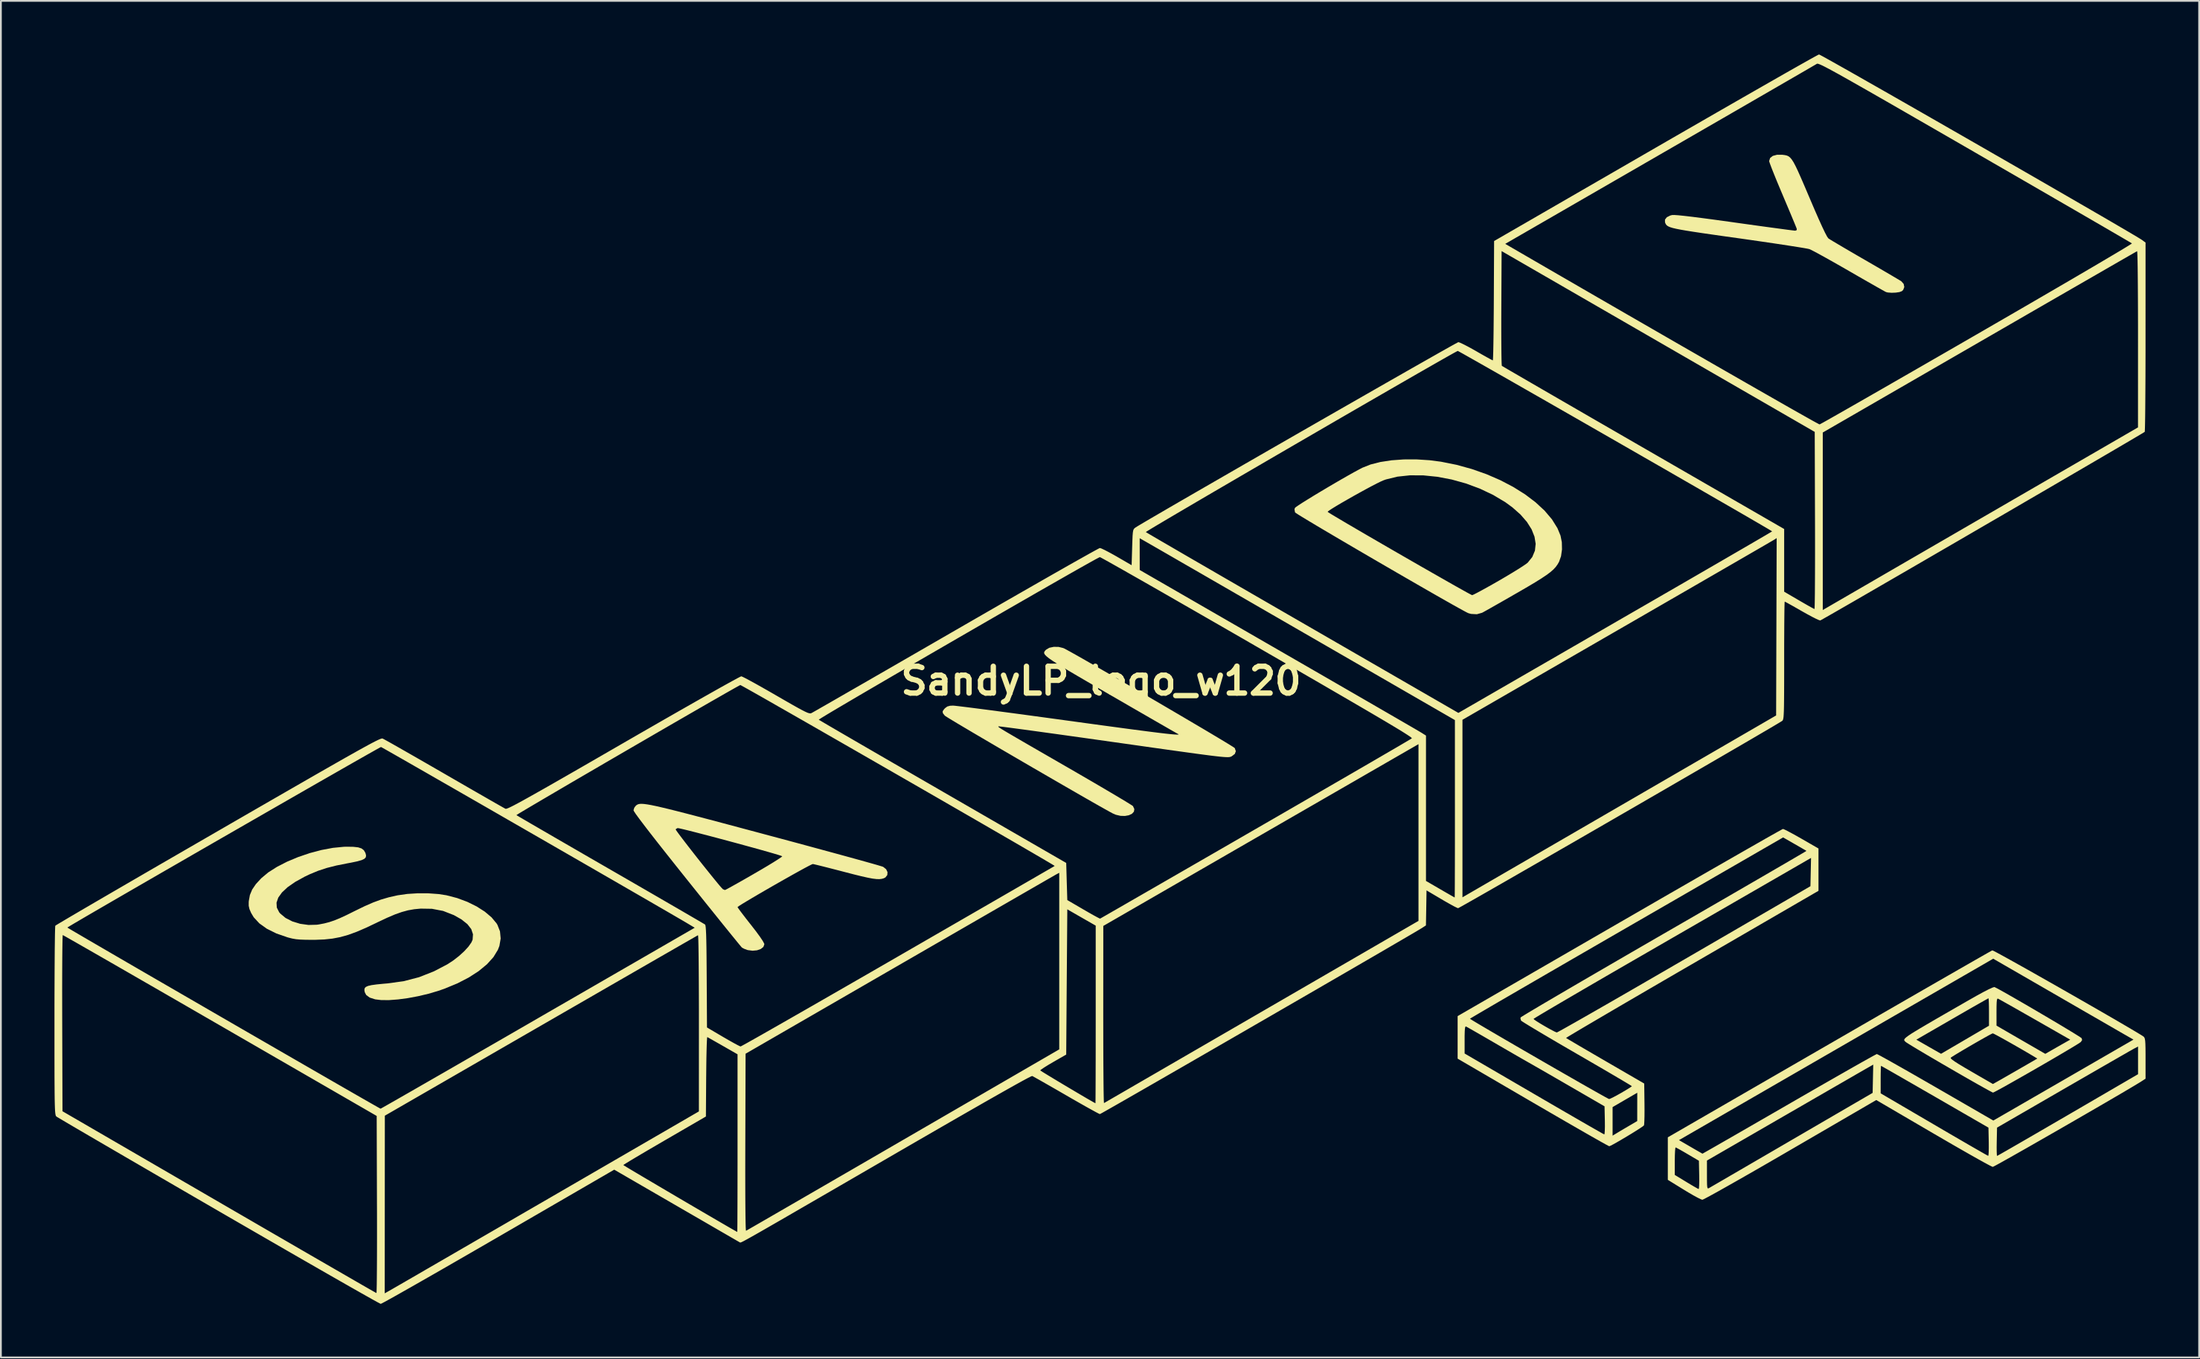
<source format=kicad_pcb>
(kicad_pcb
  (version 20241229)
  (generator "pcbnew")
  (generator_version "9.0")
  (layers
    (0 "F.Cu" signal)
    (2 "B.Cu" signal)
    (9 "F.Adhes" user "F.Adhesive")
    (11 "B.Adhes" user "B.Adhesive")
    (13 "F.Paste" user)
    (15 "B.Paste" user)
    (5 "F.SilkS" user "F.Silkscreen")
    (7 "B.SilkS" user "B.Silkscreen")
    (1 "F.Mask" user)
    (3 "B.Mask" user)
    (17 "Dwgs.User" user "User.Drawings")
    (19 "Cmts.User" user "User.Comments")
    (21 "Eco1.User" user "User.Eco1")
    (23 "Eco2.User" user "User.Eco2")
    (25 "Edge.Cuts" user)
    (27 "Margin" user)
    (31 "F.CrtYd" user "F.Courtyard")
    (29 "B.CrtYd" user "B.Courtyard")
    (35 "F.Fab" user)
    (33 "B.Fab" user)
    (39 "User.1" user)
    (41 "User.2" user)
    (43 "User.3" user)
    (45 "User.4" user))
  (footprint "SandyLP_logo_w120"
    (layer "F.Cu")
    (at 58.605 35.088)
    (property "Reference" "SandyLP_logo_w120" (at 0 0 0) (layer "F.SilkS") (effects (font (size 1.5 1.5) (thickness 0.3))))
    (attr board_only exclude_from_pos_files exclude_from_bom)
    (fp_poly (pts (xy 38.155 -29.469) (xy 38.17 -29.467) (xy 38.293 -29.451) (xy 38.398 -29.427) (xy 38.493 -29.385) (xy 38.583 -29.315) (xy 38.675 -29.206) (xy 38.776 -29.049) (xy 38.89 -28.834) (xy 39.025 -28.55) (xy 39.186 -28.188) (xy 39.381 -27.738) (xy 39.614 -27.19) (xy 39.675 -27.047) (xy 39.953 -26.397) (xy 40.19 -25.856) (xy 40.386 -25.424) (xy 40.54 -25.102) (xy 40.652 -24.891) (xy 40.722 -24.79) (xy 40.726 -24.787) (xy 40.808 -24.733) (xy 40.982 -24.627) (xy 41.235 -24.477) (xy 41.553 -24.289) (xy 41.925 -24.071) (xy 42.337 -23.831) (xy 42.754 -23.59) (xy 43.194 -23.335) (xy 43.608 -23.095) (xy 43.981 -22.877) (xy 44.301 -22.689) (xy 44.555 -22.539) (xy 44.73 -22.434) (xy 44.81 -22.384) (xy 44.942 -22.236) (xy 44.977 -22.063) (xy 44.915 -21.9) (xy 44.842 -21.831) (xy 44.706 -21.78) (xy 44.498 -21.749) (xy 44.265 -21.74) (xy 44.056 -21.756) (xy 43.955 -21.781) (xy 43.884 -21.818) (xy 43.721 -21.908) (xy 43.478 -22.045) (xy 43.168 -22.222) (xy 42.801 -22.431) (xy 42.39 -22.667) (xy 41.947 -22.923) (xy 41.883 -22.96) (xy 41.429 -23.22) (xy 40.999 -23.465) (xy 40.606 -23.685) (xy 40.263 -23.875) (xy 39.984 -24.026) (xy 39.78 -24.132) (xy 39.666 -24.185) (xy 39.661 -24.186) (xy 39.56 -24.209) (xy 39.351 -24.247) (xy 39.045 -24.297) (xy 38.653 -24.359) (xy 38.185 -24.431) (xy 37.653 -24.511) (xy 37.067 -24.597) (xy 36.439 -24.688) (xy 35.78 -24.782) (xy 35.679 -24.796) (xy 34.894 -24.906) (xy 34.22 -25.002) (xy 33.647 -25.085) (xy 33.168 -25.157) (xy 32.772 -25.22) (xy 32.453 -25.275) (xy 32.2 -25.325) (xy 32.006 -25.371) (xy 31.861 -25.416) (xy 31.758 -25.461) (xy 31.686 -25.508) (xy 31.639 -25.559) (xy 31.606 -25.616) (xy 31.58 -25.681) (xy 31.577 -25.688) (xy 31.577 -25.84) (xy 31.681 -25.972) (xy 31.872 -26.068) (xy 31.979 -26.095) (xy 32.096 -26.097) (xy 32.326 -26.081) (xy 32.67 -26.046) (xy 33.128 -25.992) (xy 33.702 -25.919) (xy 34.392 -25.827) (xy 35.2 -25.716) (xy 35.48 -25.676) (xy 36.096 -25.59) (xy 36.679 -25.509) (xy 37.217 -25.435) (xy 37.698 -25.37) (xy 38.113 -25.314) (xy 38.448 -25.269) (xy 38.694 -25.238) (xy 38.839 -25.221) (xy 38.873 -25.218) (xy 38.955 -25.252) (xy 38.954 -25.325) (xy 38.924 -25.404) (xy 38.853 -25.58) (xy 38.746 -25.838) (xy 38.61 -26.165) (xy 38.45 -26.545) (xy 38.272 -26.966) (xy 38.167 -27.215) (xy 37.983 -27.652) (xy 37.814 -28.058) (xy 37.668 -28.419) (xy 37.549 -28.719) (xy 37.464 -28.945) (xy 37.417 -29.083) (xy 37.409 -29.117) (xy 37.463 -29.288) (xy 37.614 -29.407) (xy 37.849 -29.47)) (stroke (width 0) (type solid)) (fill yes) (layer "F.SilkS"))
    (fp_poly (pts (xy -41.87 9.29) (xy -41.599 9.32) (xy -41.409 9.382) (xy -41.281 9.481) (xy -41.198 9.623) (xy -41.191 9.64) (xy -41.157 9.77) (xy -41.172 9.875) (xy -41.249 9.96) (xy -41.402 10.033) (xy -41.642 10.102) (xy -41.982 10.174) (xy -42.196 10.213) (xy -42.818 10.337) (xy -43.355 10.473) (xy -43.84 10.632) (xy -44.307 10.825) (xy -44.596 10.963) (xy -45.124 11.254) (xy -45.547 11.548) (xy -45.864 11.843) (xy -46.073 12.134) (xy -46.171 12.419) (xy -46.155 12.692) (xy -46.024 12.952) (xy -45.967 13.022) (xy -45.669 13.271) (xy -45.287 13.467) (xy -44.849 13.601) (xy -44.382 13.666) (xy -43.913 13.654) (xy -43.792 13.636) (xy -43.495 13.579) (xy -43.216 13.507) (xy -42.931 13.411) (xy -42.614 13.281) (xy -42.243 13.109) (xy -41.794 12.886) (xy -41.246 12.619) (xy -40.766 12.409) (xy -40.324 12.246) (xy -39.888 12.118) (xy -39.428 12.014) (xy -39.378 12.004) (xy -38.848 11.929) (xy -38.26 11.892) (xy -37.661 11.895) (xy -37.092 11.936) (xy -36.658 12.003) (xy -36.058 12.159) (xy -35.489 12.371) (xy -34.966 12.629) (xy -34.508 12.921) (xy -34.131 13.24) (xy -33.853 13.573) (xy -33.803 13.655) (xy -33.658 14.024) (xy -33.62 14.426) (xy -33.69 14.837) (xy -33.776 15.06) (xy -34.026 15.469) (xy -34.387 15.868) (xy -34.85 16.25) (xy -35.406 16.609) (xy -36.045 16.939) (xy -36.759 17.234) (xy -37.112 17.357) (xy -37.664 17.52) (xy -38.238 17.656) (xy -38.811 17.763) (xy -39.361 17.837) (xy -39.865 17.875) (xy -40.303 17.874) (xy -40.645 17.833) (xy -40.951 17.735) (xy -41.147 17.592) (xy -41.23 17.434) (xy -41.252 17.31) (xy -41.237 17.214) (xy -41.174 17.14) (xy -41.049 17.082) (xy -40.85 17.036) (xy -40.562 16.996) (xy -40.173 16.958) (xy -39.961 16.94) (xy -39.052 16.816) (xy -38.19 16.592) (xy -37.354 16.262) (xy -36.613 15.875) (xy -36.276 15.656) (xy -35.953 15.405) (xy -35.663 15.141) (xy -35.426 14.882) (xy -35.26 14.647) (xy -35.191 14.491) (xy -35.17 14.188) (xy -35.268 13.897) (xy -35.485 13.619) (xy -35.821 13.352) (xy -36.239 13.116) (xy -36.841 12.881) (xy -37.468 12.761) (xy -38.1 12.751) (xy -38.461 12.785) (xy -38.806 12.846) (xy -39.159 12.942) (xy -39.543 13.078) (xy -39.979 13.264) (xy -40.491 13.505) (xy -40.562 13.54) (xy -41.163 13.825) (xy -41.688 14.051) (xy -42.16 14.223) (xy -42.603 14.347) (xy -43.039 14.43) (xy -43.494 14.478) (xy -43.99 14.498) (xy -44.165 14.499) (xy -44.547 14.496) (xy -44.841 14.485) (xy -45.077 14.464) (xy -45.286 14.428) (xy -45.499 14.375) (xy -45.546 14.362) (xy -46.177 14.144) (xy -46.707 13.882) (xy -47.132 13.578) (xy -47.449 13.235) (xy -47.592 12.996) (xy -47.687 12.777) (xy -47.728 12.594) (xy -47.728 12.384) (xy -47.722 12.318) (xy -47.661 11.986) (xy -47.533 11.68) (xy -47.324 11.374) (xy -47.02 11.045) (xy -46.632 10.722) (xy -46.145 10.412) (xy -45.583 10.124) (xy -44.966 9.865) (xy -44.318 9.644) (xy -43.659 9.469) (xy -43.013 9.348) (xy -42.4 9.288) (xy -42.241 9.284)) (stroke (width 0) (type solid)) (fill yes) (layer "F.SilkS"))
    (fp_poly (pts (xy 18.392 -12.362) (xy 19.035 -12.279) (xy 19.913 -12.103) (xy 20.767 -11.867) (xy 21.587 -11.578) (xy 22.363 -11.241) (xy 23.085 -10.863) (xy 23.745 -10.449) (xy 24.331 -10.005) (xy 24.835 -9.538) (xy 25.246 -9.053) (xy 25.555 -8.557) (xy 25.727 -8.14) (xy 25.801 -7.768) (xy 25.81 -7.368) (xy 25.756 -6.986) (xy 25.646 -6.675) (xy 25.56 -6.524) (xy 25.458 -6.383) (xy 25.327 -6.242) (xy 25.158 -6.094) (xy 24.939 -5.931) (xy 24.659 -5.744) (xy 24.308 -5.525) (xy 23.875 -5.267) (xy 23.348 -4.961) (xy 23.267 -4.915) (xy 22.843 -4.671) (xy 22.444 -4.443) (xy 22.085 -4.239) (xy 21.78 -4.066) (xy 21.542 -3.932) (xy 21.386 -3.846) (xy 21.335 -3.819) (xy 21.042 -3.736) (xy 20.717 -3.754) (xy 20.566 -3.796) (xy 20.47 -3.842) (xy 20.283 -3.942) (xy 20.012 -4.091) (xy 19.667 -4.284) (xy 19.257 -4.516) (xy 18.79 -4.782) (xy 18.276 -5.077) (xy 17.724 -5.394) (xy 17.142 -5.73) (xy 16.539 -6.079) (xy 15.924 -6.436) (xy 15.306 -6.795) (xy 14.694 -7.152) (xy 14.097 -7.501) (xy 13.524 -7.837) (xy 12.984 -8.155) (xy 12.484 -8.45) (xy 12.036 -8.716) (xy 11.647 -8.949) (xy 11.326 -9.143) (xy 11.082 -9.293) (xy 10.924 -9.394) (xy 10.861 -9.441) (xy 10.861 -9.442) (xy 10.855 -9.472) (xy 12.687 -9.472) (xy 12.74 -9.434) (xy 12.888 -9.341) (xy 13.121 -9.201) (xy 13.43 -9.018) (xy 13.803 -8.797) (xy 14.233 -8.546) (xy 14.708 -8.268) (xy 15.22 -7.971) (xy 15.759 -7.658) (xy 16.314 -7.337) (xy 16.877 -7.012) (xy 17.437 -6.69) (xy 17.985 -6.375) (xy 18.512 -6.074) (xy 19.006 -5.792) (xy 19.459 -5.534) (xy 19.861 -5.306) (xy 20.203 -5.115) (xy 20.473 -4.964) (xy 20.664 -4.861) (xy 20.765 -4.81) (xy 20.777 -4.806) (xy 20.852 -4.834) (xy 21.015 -4.916) (xy 21.253 -5.042) (xy 21.552 -5.206) (xy 21.896 -5.399) (xy 22.272 -5.613) (xy 22.278 -5.617) (xy 22.663 -5.842) (xy 23.023 -6.058) (xy 23.342 -6.254) (xy 23.604 -6.421) (xy 23.793 -6.549) (xy 23.889 -6.623) (xy 24.146 -6.943) (xy 24.294 -7.298) (xy 24.335 -7.679) (xy 24.271 -8.079) (xy 24.107 -8.492) (xy 23.844 -8.908) (xy 23.485 -9.321) (xy 23.033 -9.722) (xy 22.638 -10.01) (xy 21.948 -10.422) (xy 21.206 -10.773) (xy 20.428 -11.061) (xy 19.632 -11.282) (xy 18.834 -11.434) (xy 18.051 -11.513) (xy 17.299 -11.517) (xy 16.594 -11.442) (xy 15.954 -11.286) (xy 15.821 -11.239) (xy 15.669 -11.173) (xy 15.444 -11.063) (xy 15.164 -10.918) (xy 14.843 -10.746) (xy 14.498 -10.557) (xy 14.143 -10.36) (xy 13.795 -10.162) (xy 13.468 -9.974) (xy 13.179 -9.803) (xy 12.943 -9.658) (xy 12.776 -9.549) (xy 12.693 -9.484) (xy 12.687 -9.472) (xy 10.855 -9.472) (xy 10.83 -9.613) (xy 10.855 -9.69) (xy 10.917 -9.744) (xy 11.069 -9.849) (xy 11.297 -9.997) (xy 11.588 -10.178) (xy 11.926 -10.386) (xy 12.299 -10.61) (xy 12.692 -10.844) (xy 13.09 -11.078) (xy 13.481 -11.305) (xy 13.849 -11.515) (xy 14.181 -11.701) (xy 14.462 -11.853) (xy 14.63 -11.941) (xy 15.089 -12.123) (xy 15.64 -12.263) (xy 16.266 -12.358) (xy 16.946 -12.407) (xy 17.661 -12.409)) (stroke (width 0) (type solid)) (fill yes) (layer "F.SilkS"))
    (fp_poly (pts (xy -25.576 6.892) (xy -25.404 6.915) (xy -25.189 6.953) (xy -24.924 7.008) (xy -24.603 7.081) (xy -24.219 7.173) (xy -23.767 7.286) (xy -23.239 7.421) (xy -22.63 7.58) (xy -21.933 7.763) (xy -21.142 7.973) (xy -20.251 8.211) (xy -19.252 8.478) (xy -18.79 8.602) (xy -17.934 8.831) (xy -17.108 9.053) (xy -16.321 9.266) (xy -15.579 9.468) (xy -14.89 9.655) (xy -14.262 9.827) (xy -13.703 9.981) (xy -13.22 10.115) (xy -12.821 10.227) (xy -12.514 10.315) (xy -12.307 10.377) (xy -12.206 10.41) (xy -12.2 10.413) (xy -12.035 10.545) (xy -11.958 10.708) (xy -11.971 10.871) (xy -12.075 11.004) (xy -12.162 11.05) (xy -12.278 11.084) (xy -12.414 11.1) (xy -12.581 11.095) (xy -12.796 11.069) (xy -13.07 11.017) (xy -13.417 10.939) (xy -13.852 10.832) (xy -14.388 10.693) (xy -14.422 10.684) (xy -14.848 10.573) (xy -15.239 10.473) (xy -15.58 10.386) (xy -15.854 10.318) (xy -16.045 10.273) (xy -16.138 10.253) (xy -16.141 10.253) (xy -16.211 10.281) (xy -16.37 10.36) (xy -16.605 10.485) (xy -16.901 10.647) (xy -17.245 10.838) (xy -17.623 11.051) (xy -18.023 11.278) (xy -18.43 11.51) (xy -18.83 11.741) (xy -19.212 11.963) (xy -19.56 12.168) (xy -19.861 12.347) (xy -20.103 12.494) (xy -20.27 12.601) (xy -20.351 12.66) (xy -20.356 12.667) (xy -20.32 12.725) (xy -20.221 12.862) (xy -20.069 13.064) (xy -19.876 13.315) (xy -19.653 13.6) (xy -19.605 13.66) (xy -19.322 14.025) (xy -19.102 14.325) (xy -18.948 14.554) (xy -18.867 14.703) (xy -18.855 14.749) (xy -18.909 14.897) (xy -19.055 15.012) (xy -19.266 15.086) (xy -19.515 15.109) (xy -19.777 15.075) (xy -19.816 15.064) (xy -19.981 15.003) (xy -20.105 14.937) (xy -20.112 14.931) (xy -20.162 14.875) (xy -20.282 14.731) (xy -20.464 14.508) (xy -20.704 14.213) (xy -20.996 13.853) (xy -21.333 13.435) (xy -21.71 12.966) (xy -22.122 12.454) (xy -22.561 11.906) (xy -23.023 11.329) (xy -23.19 11.121) (xy -23.828 10.321) (xy -24.389 9.614) (xy -24.874 8.999) (xy -25.282 8.476) (xy -25.405 8.317) (xy -23.819 8.317) (xy -23.787 8.374) (xy -23.689 8.511) (xy -23.537 8.715) (xy -23.34 8.973) (xy -23.109 9.273) (xy -22.854 9.6) (xy -22.585 9.943) (xy -22.312 10.287) (xy -22.046 10.619) (xy -21.798 10.928) (xy -21.577 11.199) (xy -21.395 11.42) (xy -21.26 11.577) (xy -21.184 11.657) (xy -21.176 11.663) (xy -21.079 11.705) (xy -21.057 11.708) (xy -20.995 11.68) (xy -20.842 11.598) (xy -20.611 11.47) (xy -20.316 11.305) (xy -19.969 11.108) (xy -19.584 10.887) (xy -19.422 10.793) (xy -19.028 10.564) (xy -18.67 10.352) (xy -18.363 10.165) (xy -18.117 10.01) (xy -17.945 9.896) (xy -17.861 9.831) (xy -17.854 9.82) (xy -17.913 9.794) (xy -18.076 9.741) (xy -18.328 9.666) (xy -18.656 9.571) (xy -19.046 9.461) (xy -19.485 9.339) (xy -19.96 9.209) (xy -20.457 9.073) (xy -20.963 8.937) (xy -21.464 8.803) (xy -21.947 8.675) (xy -22.398 8.558) (xy -22.804 8.453) (xy -23.152 8.365) (xy -23.428 8.298) (xy -23.618 8.255) (xy -23.71 8.241) (xy -23.714 8.241) (xy -23.804 8.291) (xy -23.819 8.317) (xy -25.405 8.317) (xy -25.614 8.044) (xy -25.87 7.705) (xy -26.05 7.458) (xy -26.153 7.303) (xy -26.181 7.242) (xy -26.138 7.1) (xy -26.054 6.99) (xy -26.009 6.952) (xy -25.958 6.921) (xy -25.896 6.898) (xy -25.816 6.885) (xy -25.712 6.882)) (stroke (width 0) (type solid)) (fill yes) (layer "F.SilkS"))
    (fp_poly (pts (xy 50.026 17.145) (xy 50.116 17.188) (xy 50.295 17.283) (xy 50.548 17.424) (xy 50.864 17.603) (xy 51.229 17.812) (xy 51.631 18.044) (xy 52.058 18.292) (xy 52.496 18.549) (xy 52.934 18.806) (xy 53.357 19.057) (xy 53.755 19.293) (xy 54.113 19.509) (xy 54.42 19.695) (xy 54.662 19.845) (xy 54.828 19.951) (xy 54.904 20.006) (xy 54.907 20.01) (xy 54.935 20.11) (xy 54.869 20.212) (xy 54.852 20.228) (xy 54.774 20.283) (xy 54.607 20.388) (xy 54.363 20.536) (xy 54.054 20.72) (xy 53.695 20.932) (xy 53.296 21.166) (xy 52.871 21.413) (xy 52.432 21.666) (xy 51.993 21.919) (xy 51.565 22.163) (xy 51.161 22.392) (xy 50.795 22.599) (xy 50.478 22.776) (xy 50.223 22.915) (xy 50.044 23.01) (xy 49.952 23.053) (xy 49.943 23.055) (xy 49.878 23.025) (xy 49.719 22.941) (xy 49.478 22.808) (xy 49.165 22.633) (xy 48.792 22.421) (xy 48.369 22.18) (xy 47.906 21.913) (xy 47.51 21.684) (xy 47.021 21.4) (xy 46.562 21.131) (xy 46.51 21.101) (xy 47.577 21.101) (xy 47.582 21.14) (xy 47.655 21.21) (xy 47.805 21.317) (xy 48.039 21.466) (xy 48.364 21.662) (xy 48.718 21.868) (xy 49.061 22.067) (xy 49.367 22.244) (xy 49.622 22.391) (xy 49.81 22.5) (xy 49.918 22.562) (xy 49.938 22.574) (xy 49.991 22.546) (xy 50.132 22.467) (xy 50.349 22.344) (xy 50.627 22.185) (xy 50.951 21.999) (xy 51.187 21.864) (xy 52.426 21.149) (xy 52.229 21.03) (xy 51.956 20.868) (xy 51.648 20.688) (xy 51.322 20.5) (xy 50.994 20.313) (xy 50.682 20.137) (xy 50.403 19.982) (xy 50.174 19.857) (xy 50.012 19.772) (xy 49.934 19.737) (xy 49.932 19.737) (xy 49.864 19.766) (xy 49.712 19.846) (xy 49.494 19.967) (xy 49.228 20.117) (xy 48.933 20.286) (xy 48.627 20.463) (xy 48.329 20.638) (xy 48.056 20.8) (xy 47.828 20.938) (xy 47.663 21.041) (xy 47.579 21.099) (xy 47.577 21.101) (xy 46.51 21.101) (xy 46.144 20.885) (xy 45.777 20.667) (xy 45.473 20.484) (xy 45.243 20.343) (xy 45.097 20.25) (xy 45.049 20.215) (xy 45.012 20.178) (xy 44.983 20.145) (xy 44.971 20.109) (xy 44.975 20.091) (xy 45.652 20.091) (xy 46.344 20.487) (xy 47.035 20.882) (xy 47.672 20.509) (xy 47.989 20.324) (xy 48.36 20.106) (xy 48.734 19.887) (xy 49.014 19.723) (xy 49.719 19.309) (xy 49.719 18.541) (xy 49.719 18.533) (xy 50.14 18.533) (xy 50.141 19.305) (xy 51.506 20.095) (xy 52.872 20.885) (xy 53.232 20.679) (xy 53.485 20.534) (xy 53.76 20.377) (xy 53.93 20.281) (xy 54.268 20.09) (xy 52.285 18.957) (xy 51.838 18.702) (xy 51.422 18.465) (xy 51.049 18.253) (xy 50.73 18.074) (xy 50.479 17.933) (xy 50.306 17.837) (xy 50.224 17.794) (xy 50.221 17.792) (xy 50.186 17.8) (xy 50.163 17.866) (xy 50.149 18.005) (xy 50.142 18.234) (xy 50.14 18.533) (xy 49.719 18.533) (xy 49.717 18.254) (xy 49.711 18.015) (xy 49.703 17.848) (xy 49.693 17.775) (xy 49.691 17.774) (xy 49.634 17.803) (xy 49.485 17.886) (xy 49.255 18.016) (xy 48.955 18.186) (xy 48.597 18.391) (xy 48.192 18.624) (xy 47.752 18.878) (xy 47.657 18.933) (xy 45.652 20.091) (xy 44.975 20.091) (xy 44.981 20.068) (xy 45.02 20.016) (xy 45.095 19.949) (xy 45.213 19.862) (xy 45.379 19.751) (xy 45.603 19.612) (xy 45.889 19.44) (xy 46.244 19.231) (xy 46.676 18.979) (xy 47.191 18.682) (xy 47.796 18.334) (xy 48.497 17.931) (xy 48.574 17.887) (xy 49.028 17.629) (xy 49.405 17.423) (xy 49.699 17.272) (xy 49.904 17.178) (xy 50.014 17.144)) (stroke (width 0) (type solid)) (fill yes) (layer "F.SilkS"))
    (fp_poly (pts (xy -2.38 -1.907) (xy -2.122 -1.844) (xy -2.067 -1.82) (xy -1.924 -1.745) (xy -1.693 -1.618) (xy -1.384 -1.445) (xy -1.005 -1.23) (xy -0.566 -0.979) (xy -0.075 -0.697) (xy 0.458 -0.39) (xy 1.025 -0.062) (xy 1.617 0.282) (xy 2.224 0.635) (xy 2.838 0.993) (xy 3.45 1.351) (xy 4.05 1.703) (xy 4.631 2.044) (xy 5.182 2.369) (xy 5.696 2.672) (xy 6.162 2.949) (xy 6.573 3.194) (xy 6.918 3.402) (xy 7.19 3.568) (xy 7.379 3.686) (xy 7.476 3.752) (xy 7.487 3.762) (xy 7.546 3.935) (xy 7.488 4.089) (xy 7.315 4.22) (xy 7.293 4.23) (xy 7.258 4.246) (xy 7.215 4.258) (xy 7.16 4.266) (xy 7.084 4.269) (xy 6.981 4.266) (xy 6.844 4.257) (xy 6.667 4.241) (xy 6.442 4.216) (xy 6.163 4.183) (xy 5.823 4.139) (xy 5.414 4.085) (xy 4.931 4.019) (xy 4.366 3.941) (xy 3.713 3.85) (xy 2.965 3.745) (xy 2.114 3.624) (xy 1.154 3.488) (xy 0.684 3.422) (xy -0.178 3.3) (xy -1.007 3.183) (xy -1.794 3.073) (xy -2.532 2.97) (xy -3.213 2.876) (xy -3.83 2.791) (xy -4.375 2.717) (xy -4.84 2.655) (xy -5.217 2.605) (xy -5.499 2.569) (xy -5.678 2.548) (xy -5.746 2.543) (xy -5.746 2.543) (xy -5.753 2.551) (xy -5.754 2.562) (xy -5.741 2.578) (xy -5.708 2.605) (xy -5.647 2.646) (xy -5.553 2.706) (xy -5.418 2.788) (xy -5.234 2.897) (xy -4.997 3.036) (xy -4.697 3.211) (xy -4.33 3.424) (xy -3.887 3.681) (xy -3.362 3.984) (xy -2.748 4.338) (xy -2.038 4.748) (xy -1.891 4.832) (xy -1.287 5.182) (xy -0.712 5.516) (xy -0.175 5.829) (xy 0.314 6.117) (xy 0.749 6.373) (xy 1.118 6.594) (xy 1.416 6.773) (xy 1.631 6.906) (xy 1.757 6.987) (xy 1.786 7.01) (xy 1.863 7.176) (xy 1.839 7.321) (xy 1.731 7.438) (xy 1.558 7.521) (xy 1.337 7.562) (xy 1.087 7.555) (xy 0.826 7.494) (xy 0.661 7.423) (xy 0.495 7.334) (xy 0.243 7.194) (xy -0.085 7.01) (xy -0.48 6.785) (xy -0.933 6.526) (xy -1.435 6.237) (xy -1.978 5.924) (xy -2.551 5.593) (xy -3.146 5.248) (xy -3.755 4.895) (xy -4.367 4.539) (xy -4.973 4.185) (xy -5.566 3.839) (xy -6.135 3.506) (xy -6.671 3.191) (xy -7.166 2.9) (xy -7.61 2.637) (xy -7.994 2.409) (xy -8.31 2.219) (xy -8.547 2.075) (xy -8.698 1.98) (xy -8.752 1.942) (xy -8.858 1.806) (xy -8.872 1.7) (xy -8.791 1.582) (xy -8.74 1.528) (xy -8.614 1.433) (xy -8.459 1.389) (xy -8.289 1.381) (xy -8.189 1.389) (xy -7.977 1.413) (xy -7.664 1.451) (xy -7.257 1.502) (xy -6.764 1.565) (xy -6.194 1.639) (xy -5.555 1.724) (xy -4.856 1.817) (xy -4.105 1.918) (xy -3.31 2.026) (xy -2.48 2.139) (xy -1.855 2.225) (xy -0.81 2.368) (xy 0.121 2.495) (xy 0.943 2.606) (xy 1.662 2.703) (xy 2.283 2.784) (xy 2.811 2.852) (xy 3.251 2.907) (xy 3.609 2.949) (xy 3.89 2.979) (xy 4.098 2.997) (xy 4.239 3.005) (xy 4.319 3.003) (xy 4.343 2.991) (xy 4.314 2.971) (xy 4.293 2.961) (xy 4.233 2.928) (xy 4.076 2.839) (xy 3.833 2.7) (xy 3.512 2.515) (xy 3.12 2.29) (xy 2.667 2.028) (xy 2.16 1.736) (xy 1.609 1.418) (xy 1.022 1.078) (xy 0.57 0.817) (xy -0.162 0.393) (xy -0.798 0.025) (xy -1.342 -0.293) (xy -1.801 -0.563) (xy -2.182 -0.792) (xy -2.491 -0.983) (xy -2.734 -1.14) (xy -2.918 -1.269) (xy -3.049 -1.374) (xy -3.134 -1.459) (xy -3.179 -1.529) (xy -3.19 -1.588) (xy -3.173 -1.641) (xy -3.136 -1.692) (xy -3.084 -1.746) (xy -3.078 -1.752) (xy -2.899 -1.858) (xy -2.653 -1.91)) (stroke (width 0) (type solid)) (fill yes) (layer "F.SilkS"))
    (fp_poly (pts (xy 49.968 15.115) (xy 50.124 15.196) (xy 50.366 15.326) (xy 50.683 15.5) (xy 51.065 15.712) (xy 51.504 15.957) (xy 51.99 16.23) (xy 52.512 16.525) (xy 53.062 16.837) (xy 53.631 17.16) (xy 54.207 17.489) (xy 54.783 17.818) (xy 55.348 18.142) (xy 55.894 18.456) (xy 56.409 18.753) (xy 56.885 19.029) (xy 57.313 19.279) (xy 57.682 19.496) (xy 57.984 19.675) (xy 58.208 19.811) (xy 58.346 19.899) (xy 58.381 19.925) (xy 58.418 19.968) (xy 58.445 20.036) (xy 58.464 20.147) (xy 58.476 20.317) (xy 58.483 20.563) (xy 58.486 20.902) (xy 58.486 21.145) (xy 58.486 22.276) (xy 58.261 22.422) (xy 58.102 22.521) (xy 57.858 22.668) (xy 57.54 22.857) (xy 57.156 23.084) (xy 56.716 23.341) (xy 56.23 23.625) (xy 55.708 23.928) (xy 55.159 24.246) (xy 54.592 24.574) (xy 54.018 24.905) (xy 53.446 25.234) (xy 52.884 25.556) (xy 52.344 25.865) (xy 51.835 26.156) (xy 51.366 26.422) (xy 50.946 26.66) (xy 50.586 26.862) (xy 50.295 27.024) (xy 50.082 27.14) (xy 49.958 27.204) (xy 49.929 27.215) (xy 49.857 27.186) (xy 49.691 27.1) (xy 49.44 26.965) (xy 49.113 26.783) (xy 48.72 26.562) (xy 48.27 26.305) (xy 47.771 26.019) (xy 47.234 25.708) (xy 46.667 25.378) (xy 46.608 25.344) (xy 43.407 23.472) (xy 38.602 26.267) (xy 37.903 26.673) (xy 37.231 27.062) (xy 36.595 27.428) (xy 36.001 27.768) (xy 35.458 28.077) (xy 34.972 28.352) (xy 34.552 28.588) (xy 34.204 28.78) (xy 33.936 28.925) (xy 33.756 29.019) (xy 33.671 29.057) (xy 33.667 29.058) (xy 33.575 29.025) (xy 33.401 28.939) (xy 33.164 28.81) (xy 32.884 28.647) (xy 32.636 28.497) (xy 31.735 27.941) (xy 31.735 26.893) (xy 32.125 26.893) (xy 32.125 27.666) (xy 32.771 28.059) (xy 33.02 28.209) (xy 33.232 28.333) (xy 33.386 28.42) (xy 33.461 28.457) (xy 33.463 28.457) (xy 33.479 28.403) (xy 33.49 28.25) (xy 33.496 28.022) (xy 33.494 27.739) (xy 33.493 27.668) (xy 33.476 26.873) (xy 33.456 26.861) (xy 33.927 26.861) (xy 33.927 27.664) (xy 33.928 27.987) (xy 33.932 28.207) (xy 33.943 28.342) (xy 33.963 28.408) (xy 33.993 28.423) (xy 34.032 28.408) (xy 34.098 28.37) (xy 34.261 28.275) (xy 34.512 28.13) (xy 34.844 27.937) (xy 35.249 27.701) (xy 35.72 27.427) (xy 36.248 27.12) (xy 36.827 26.783) (xy 37.448 26.422) (xy 38.104 26.04) (xy 38.67 25.71) (xy 43.204 23.071) (xy 43.22 22.327) (xy 43.654 22.327) (xy 43.654 23.097) (xy 46.642 24.846) (xy 47.189 25.166) (xy 47.705 25.467) (xy 48.182 25.744) (xy 48.609 25.992) (xy 48.977 26.204) (xy 49.277 26.376) (xy 49.5 26.503) (xy 49.636 26.578) (xy 49.676 26.598) (xy 49.692 26.543) (xy 49.703 26.39) (xy 49.708 26.16) (xy 49.708 26.102) (xy 50.149 26.102) (xy 50.151 26.345) (xy 50.158 26.518) (xy 50.169 26.598) (xy 50.172 26.601) (xy 50.229 26.571) (xy 50.381 26.486) (xy 50.621 26.349) (xy 50.94 26.166) (xy 51.33 25.941) (xy 51.784 25.679) (xy 52.294 25.384) (xy 52.85 25.061) (xy 53.445 24.715) (xy 54.072 24.351) (xy 54.137 24.313) (xy 58.066 22.025) (xy 58.066 21.249) (xy 58.066 20.474) (xy 57.841 20.593) (xy 57.752 20.642) (xy 57.568 20.746) (xy 57.299 20.901) (xy 56.952 21.1) (xy 56.537 21.339) (xy 56.062 21.612) (xy 55.537 21.915) (xy 54.97 22.242) (xy 54.37 22.588) (xy 53.892 22.864) (xy 50.17 25.017) (xy 50.153 25.809) (xy 50.149 26.102) (xy 49.708 26.102) (xy 49.707 25.877) (xy 49.706 25.809) (xy 49.689 25.017) (xy 46.693 23.287) (xy 46.144 22.971) (xy 45.628 22.673) (xy 45.152 22.4) (xy 44.727 22.155) (xy 44.361 21.945) (xy 44.064 21.775) (xy 43.844 21.651) (xy 43.712 21.576) (xy 43.675 21.557) (xy 43.667 21.613) (xy 43.661 21.767) (xy 43.656 21.996) (xy 43.654 22.278) (xy 43.654 22.327) (xy 43.22 22.327) (xy 43.221 22.279) (xy 43.238 21.488) (xy 42.887 21.688) (xy 42.782 21.748) (xy 42.581 21.864) (xy 42.292 22.03) (xy 41.926 22.242) (xy 41.489 22.494) (xy 40.991 22.781) (xy 40.44 23.099) (xy 39.844 23.443) (xy 39.213 23.808) (xy 38.554 24.188) (xy 38.232 24.374) (xy 33.927 26.861) (xy 33.456 26.861) (xy 32.846 26.502) (xy 32.599 26.358) (xy 32.39 26.239) (xy 32.24 26.158) (xy 32.171 26.125) (xy 32.17 26.125) (xy 32.154 26.18) (xy 32.14 26.332) (xy 32.13 26.56) (xy 32.125 26.841) (xy 32.125 26.893) (xy 31.735 26.893) (xy 31.735 26.751) (xy 31.735 25.717) (xy 32.361 25.717) (xy 33.009 26.093) (xy 33.256 26.237) (xy 33.463 26.356) (xy 33.609 26.439) (xy 33.673 26.475) (xy 33.674 26.475) (xy 33.728 26.447) (xy 33.878 26.362) (xy 34.117 26.226) (xy 34.439 26.042) (xy 34.836 25.814) (xy 35.3 25.548) (xy 35.825 25.246) (xy 36.403 24.913) (xy 37.027 24.553) (xy 37.69 24.171) (xy 38.384 23.77) (xy 38.525 23.689) (xy 39.226 23.284) (xy 39.898 22.897) (xy 40.534 22.532) (xy 41.127 22.193) (xy 41.668 21.884) (xy 42.151 21.609) (xy 42.569 21.373) (xy 42.913 21.18) (xy 43.177 21.033) (xy 43.354 20.938) (xy 43.435 20.897) (xy 43.439 20.896) (xy 43.504 20.926) (xy 43.664 21.01) (xy 43.909 21.145) (xy 44.231 21.324) (xy 44.62 21.544) (xy 45.067 21.797) (xy 45.564 22.081) (xy 46.1 22.389) (xy 46.667 22.715) (xy 46.741 22.758) (xy 49.963 24.62) (xy 53.887 22.354) (xy 57.81 20.087) (xy 57.503 19.912) (xy 57.399 19.853) (xy 57.201 19.739) (xy 56.918 19.576) (xy 56.559 19.368) (xy 56.133 19.122) (xy 55.649 18.843) (xy 55.117 18.537) (xy 54.547 18.207) (xy 53.947 17.861) (xy 53.576 17.646) (xy 49.956 15.556) (xy 41.158 20.636) (xy 32.361 25.717) (xy 31.735 25.717) (xy 31.735 25.56) (xy 40.772 20.339) (xy 41.735 19.783) (xy 42.67 19.243) (xy 43.572 18.722) (xy 44.436 18.224) (xy 45.257 17.751) (xy 46.029 17.306) (xy 46.747 16.893) (xy 47.405 16.515) (xy 47.999 16.174) (xy 48.522 15.874) (xy 48.97 15.618) (xy 49.336 15.409) (xy 49.617 15.249) (xy 49.806 15.143) (xy 49.897 15.093) (xy 49.905 15.09)) (stroke (width 0) (type solid)) (fill yes) (layer "F.SilkS"))
    (fp_poly (pts (xy 38.26 8.317) (xy 38.422 8.396) (xy 38.651 8.518) (xy 38.93 8.671) (xy 39.219 8.835) (xy 40.172 9.384) (xy 40.172 10.569) (xy 40.172 11.754) (xy 33.092 15.86) (xy 32.243 16.352) (xy 31.424 16.828) (xy 30.641 17.284) (xy 29.898 17.717) (xy 29.203 18.122) (xy 28.561 18.498) (xy 27.978 18.84) (xy 27.46 19.144) (xy 27.013 19.407) (xy 26.643 19.627) (xy 26.356 19.798) (xy 26.157 19.918) (xy 26.053 19.984) (xy 26.039 19.996) (xy 26.095 20.031) (xy 26.244 20.121) (xy 26.475 20.257) (xy 26.777 20.435) (xy 27.14 20.647) (xy 27.552 20.887) (xy 28.002 21.149) (xy 28.24 21.287) (xy 30.414 22.548) (xy 30.429 23.689) (xy 30.431 24.049) (xy 30.429 24.37) (xy 30.422 24.63) (xy 30.412 24.811) (xy 30.399 24.892) (xy 30.399 24.893) (xy 30.329 24.95) (xy 30.178 25.053) (xy 29.964 25.19) (xy 29.71 25.348) (xy 29.434 25.515) (xy 29.157 25.679) (xy 28.901 25.828) (xy 28.685 25.949) (xy 28.53 26.03) (xy 28.456 26.059) (xy 28.392 26.029) (xy 28.233 25.943) (xy 27.985 25.805) (xy 27.658 25.62) (xy 27.259 25.393) (xy 26.796 25.127) (xy 26.277 24.828) (xy 25.709 24.5) (xy 25.101 24.148) (xy 24.46 23.775) (xy 24.169 23.606) (xy 19.966 21.154) (xy 19.966 20.094) (xy 20.357 20.094) (xy 20.357 20.866) (xy 24.245 23.131) (xy 24.871 23.496) (xy 25.467 23.842) (xy 26.025 24.166) (xy 26.537 24.462) (xy 26.994 24.726) (xy 27.389 24.953) (xy 27.713 25.138) (xy 27.958 25.277) (xy 28.116 25.366) (xy 28.178 25.398) (xy 28.179 25.398) (xy 28.195 25.343) (xy 28.206 25.189) (xy 28.212 24.96) (xy 28.21 24.677) (xy 28.209 24.612) (xy 28.193 23.867) (xy 28.643 23.867) (xy 28.643 24.667) (xy 28.643 25.467) (xy 28.898 25.312) (xy 29.076 25.205) (xy 29.311 25.066) (xy 29.556 24.922) (xy 29.588 24.904) (xy 30.022 24.649) (xy 30.023 23.857) (xy 30.024 23.064) (xy 29.333 23.465) (xy 28.643 23.867) (xy 28.193 23.867) (xy 28.192 23.824) (xy 26.331 22.746) (xy 25.875 22.482) (xy 25.43 22.225) (xy 25.011 21.983) (xy 24.636 21.767) (xy 24.319 21.586) (xy 24.079 21.448) (xy 23.959 21.38) (xy 23.769 21.272) (xy 23.494 21.115) (xy 23.156 20.92) (xy 22.774 20.699) (xy 22.366 20.463) (xy 21.977 20.237) (xy 21.594 20.015) (xy 21.243 19.812) (xy 20.937 19.636) (xy 20.692 19.496) (xy 20.52 19.399) (xy 20.435 19.354) (xy 20.431 19.352) (xy 20.399 19.367) (xy 20.377 19.452) (xy 20.364 19.619) (xy 20.357 19.885) (xy 20.357 20.094) (xy 19.966 20.094) (xy 19.966 19.963) (xy 19.966 18.918) (xy 20.657 18.918) (xy 20.708 18.954) (xy 20.852 19.043) (xy 21.082 19.181) (xy 21.386 19.361) (xy 21.755 19.578) (xy 22.179 19.826) (xy 22.648 20.1) (xy 23.152 20.393) (xy 23.683 20.701) (xy 24.228 21.016) (xy 24.78 21.335) (xy 25.327 21.65) (xy 25.861 21.957) (xy 26.371 22.249) (xy 26.847 22.522) (xy 27.28 22.768) (xy 27.659 22.983) (xy 27.976 23.161) (xy 28.219 23.297) (xy 28.38 23.383) (xy 28.448 23.416) (xy 28.449 23.416) (xy 28.529 23.388) (xy 28.688 23.311) (xy 28.902 23.197) (xy 29.123 23.073) (xy 29.359 22.934) (xy 29.551 22.817) (xy 29.679 22.733) (xy 29.722 22.697) (xy 29.672 22.662) (xy 29.527 22.573) (xy 29.295 22.434) (xy 28.987 22.252) (xy 28.611 22.031) (xy 28.176 21.776) (xy 27.692 21.494) (xy 27.166 21.189) (xy 26.648 20.889) (xy 26.091 20.566) (xy 25.564 20.259) (xy 25.078 19.973) (xy 24.64 19.714) (xy 24.261 19.488) (xy 23.95 19.3) (xy 23.716 19.156) (xy 23.568 19.061) (xy 23.516 19.021) (xy 23.491 18.93) (xy 24.216 18.93) (xy 24.272 18.981) (xy 24.409 19.073) (xy 24.602 19.193) (xy 24.825 19.325) (xy 25.053 19.455) (xy 25.261 19.568) (xy 25.423 19.65) (xy 25.516 19.686) (xy 25.52 19.686) (xy 25.582 19.657) (xy 25.742 19.571) (xy 25.993 19.431) (xy 26.33 19.241) (xy 26.746 19.005) (xy 27.236 18.726) (xy 27.793 18.407) (xy 28.412 18.052) (xy 29.086 17.664) (xy 29.809 17.247) (xy 30.575 16.804) (xy 31.379 16.339) (xy 32.213 15.855) (xy 32.666 15.593) (xy 39.721 11.496) (xy 39.738 10.704) (xy 39.755 9.912) (xy 38.38 10.706) (xy 38.149 10.839) (xy 37.822 11.028) (xy 37.407 11.267) (xy 36.914 11.552) (xy 36.348 11.878) (xy 35.72 12.24) (xy 35.038 12.634) (xy 34.308 13.055) (xy 33.54 13.498) (xy 32.742 13.958) (xy 31.922 14.431) (xy 31.089 14.912) (xy 30.604 15.192) (xy 29.797 15.658) (xy 29.02 16.107) (xy 28.278 16.537) (xy 27.579 16.943) (xy 26.928 17.322) (xy 26.332 17.67) (xy 25.797 17.983) (xy 25.329 18.258) (xy 24.935 18.491) (xy 24.62 18.678) (xy 24.391 18.816) (xy 24.255 18.901) (xy 24.216 18.93) (xy 23.491 18.93) (xy 23.483 18.9) (xy 23.491 18.848) (xy 23.546 18.809) (xy 23.699 18.714) (xy 23.945 18.565) (xy 24.279 18.366) (xy 24.693 18.12) (xy 25.184 17.832) (xy 25.744 17.503) (xy 26.369 17.137) (xy 27.053 16.738) (xy 27.791 16.309) (xy 28.575 15.853) (xy 29.402 15.373) (xy 30.265 14.873) (xy 31.159 14.356) (xy 31.519 14.148) (xy 32.422 13.627) (xy 33.297 13.122) (xy 34.136 12.636) (xy 34.936 12.174) (xy 35.689 11.737) (xy 36.392 11.33) (xy 37.037 10.956) (xy 37.62 10.617) (xy 38.135 10.318) (xy 38.576 10.061) (xy 38.937 9.85) (xy 39.214 9.688) (xy 39.4 9.578) (xy 39.49 9.523) (xy 39.498 9.518) (xy 39.443 9.484) (xy 39.303 9.403) (xy 39.101 9.286) (xy 38.856 9.145) (xy 38.836 9.134) (xy 38.191 8.764) (xy 29.425 13.824) (xy 28.478 14.371) (xy 27.56 14.902) (xy 26.676 15.413) (xy 25.831 15.902) (xy 25.03 16.366) (xy 24.28 16.801) (xy 23.585 17.204) (xy 22.95 17.573) (xy 22.381 17.903) (xy 21.884 18.193) (xy 21.464 18.439) (xy 21.126 18.637) (xy 20.875 18.785) (xy 20.717 18.879) (xy 20.658 18.917) (xy 20.657 18.918) (xy 19.966 18.918) (xy 19.966 18.771) (xy 29.033 13.531) (xy 29.997 12.975) (xy 30.933 12.434) (xy 31.836 11.913) (xy 32.702 11.415) (xy 33.523 10.942) (xy 34.296 10.498) (xy 35.015 10.086) (xy 35.674 9.708) (xy 36.269 9.368) (xy 36.793 9.069) (xy 37.241 8.813) (xy 37.609 8.605) (xy 37.891 8.447) (xy 38.081 8.342) (xy 38.174 8.292) (xy 38.183 8.289)) (stroke (width 0) (type solid)) (fill yes) (layer "F.SilkS"))
    (fp_poly (pts (xy 40.263 -35.059) (xy 40.422 -34.974) (xy 40.671 -34.836) (xy 41.006 -34.649) (xy 41.418 -34.417) (xy 41.902 -34.144) (xy 42.45 -33.833) (xy 43.057 -33.487) (xy 43.717 -33.112) (xy 44.421 -32.71) (xy 45.165 -32.285) (xy 45.941 -31.841) (xy 46.744 -31.381) (xy 47.565 -30.91) (xy 48.4 -30.431) (xy 49.242 -29.948) (xy 50.083 -29.464) (xy 50.918 -28.984) (xy 51.741 -28.51) (xy 52.543 -28.048) (xy 53.32 -27.599) (xy 54.065 -27.169) (xy 54.77 -26.761) (xy 55.43 -26.379) (xy 56.039 -26.026) (xy 56.589 -25.706) (xy 57.074 -25.422) (xy 57.487 -25.18) (xy 57.823 -24.982) (xy 58.075 -24.831) (xy 58.235 -24.733) (xy 58.291 -24.696) (xy 58.486 -24.553) (xy 58.485 -19.287) (xy 58.485 -18.501) (xy 58.483 -17.75) (xy 58.481 -17.041) (xy 58.477 -16.383) (xy 58.473 -15.785) (xy 58.469 -15.256) (xy 58.464 -14.805) (xy 58.458 -14.441) (xy 58.452 -14.171) (xy 58.446 -14.005) (xy 58.44 -13.952) (xy 58.386 -13.917) (xy 58.234 -13.825) (xy 57.991 -13.681) (xy 57.663 -13.487) (xy 57.257 -13.249) (xy 56.78 -12.969) (xy 56.237 -12.651) (xy 55.635 -12.299) (xy 54.981 -11.917) (xy 54.281 -11.509) (xy 53.541 -11.077) (xy 52.769 -10.627) (xy 51.969 -10.162) (xy 51.15 -9.684) (xy 50.316 -9.199) (xy 49.475 -8.711) (xy 48.634 -8.221) (xy 47.798 -7.735) (xy 46.973 -7.257) (xy 46.168 -6.789) (xy 45.387 -6.336) (xy 44.637 -5.901) (xy 43.925 -5.489) (xy 43.257 -5.102) (xy 42.64 -4.745) (xy 42.08 -4.421) (xy 41.583 -4.135) (xy 41.156 -3.889) (xy 40.806 -3.688) (xy 40.538 -3.536) (xy 40.36 -3.435) (xy 40.277 -3.39) (xy 40.273 -3.389) (xy 40.199 -3.408) (xy 40.039 -3.479) (xy 39.812 -3.594) (xy 39.536 -3.743) (xy 39.254 -3.901) (xy 38.951 -4.075) (xy 38.685 -4.225) (xy 38.473 -4.343) (xy 38.333 -4.419) (xy 38.28 -4.443) (xy 38.275 -4.385) (xy 38.269 -4.218) (xy 38.264 -3.952) (xy 38.26 -3.599) (xy 38.256 -3.168) (xy 38.254 -2.673) (xy 38.251 -2.122) (xy 38.25 -1.527) (xy 38.25 -1.15) (xy 38.25 -0.435) (xy 38.249 0.169) (xy 38.247 0.672) (xy 38.244 1.084) (xy 38.24 1.414) (xy 38.234 1.672) (xy 38.225 1.867) (xy 38.215 2.009) (xy 38.201 2.107) (xy 38.185 2.171) (xy 38.165 2.21) (xy 38.145 2.232) (xy 38.076 2.277) (xy 37.911 2.377) (xy 37.655 2.529) (xy 37.316 2.729) (xy 36.899 2.973) (xy 36.411 3.259) (xy 35.859 3.581) (xy 35.248 3.936) (xy 34.586 4.321) (xy 33.879 4.732) (xy 33.134 5.164) (xy 32.356 5.615) (xy 31.553 6.081) (xy 30.73 6.557) (xy 29.895 7.041) (xy 29.053 7.527) (xy 28.211 8.014) (xy 27.376 8.496) (xy 26.554 8.971) (xy 25.751 9.433) (xy 24.974 9.881) (xy 24.23 10.31) (xy 23.525 10.715) (xy 22.865 11.095) (xy 22.256 11.444) (xy 21.706 11.759) (xy 21.221 12.036) (xy 20.807 12.272) (xy 20.47 12.463) (xy 20.218 12.605) (xy 20.056 12.694) (xy 19.991 12.727) (xy 19.99 12.727) (xy 19.912 12.696) (xy 19.75 12.615) (xy 19.525 12.491) (xy 19.254 12.338) (xy 19.065 12.227) (xy 18.224 11.73) (xy 18.208 12.711) (xy 18.191 13.691) (xy 17.968 13.836) (xy 17.866 13.898) (xy 17.67 14.015) (xy 17.386 14.182) (xy 17.02 14.396) (xy 16.579 14.653) (xy 16.07 14.95) (xy 15.499 15.283) (xy 14.871 15.647) (xy 14.195 16.04) (xy 13.476 16.457) (xy 12.72 16.895) (xy 11.935 17.35) (xy 11.126 17.818) (xy 10.301 18.295) (xy 9.465 18.779) (xy 8.625 19.264) (xy 7.788 19.748) (xy 6.96 20.226) (xy 6.148 20.695) (xy 5.357 21.151) (xy 4.595 21.591) (xy 3.867 22.01) (xy 3.181 22.405) (xy 2.543 22.772) (xy 1.96 23.107) (xy 1.437 23.407) (xy 0.981 23.668) (xy 0.599 23.886) (xy 0.297 24.058) (xy 0.082 24.179) (xy -0.04 24.246) (xy -0.066 24.259) (xy -0.134 24.23) (xy -0.293 24.147) (xy -0.53 24.017) (xy -0.835 23.848) (xy -1.193 23.645) (xy -1.593 23.417) (xy -1.949 23.211) (xy -2.376 22.964) (xy -2.773 22.736) (xy -3.126 22.534) (xy -3.424 22.364) (xy -3.654 22.235) (xy -3.803 22.152) (xy -3.856 22.125) (xy -3.924 22.15) (xy -4.094 22.235) (xy -4.367 22.381) (xy -4.742 22.588) (xy -5.219 22.855) (xy -5.797 23.182) (xy -6.477 23.568) (xy -7.257 24.015) (xy -8.137 24.52) (xy -9.117 25.085) (xy -10.197 25.709) (xy -11.376 26.391) (xy -11.87 26.678) (xy -12.955 27.307) (xy -13.941 27.879) (xy -14.833 28.396) (xy -15.636 28.861) (xy -16.353 29.276) (xy -16.991 29.645) (xy -17.553 29.971) (xy -18.045 30.255) (xy -18.471 30.5) (xy -18.837 30.711) (xy -19.146 30.888) (xy -19.405 31.035) (xy -19.616 31.154) (xy -19.787 31.249) (xy -19.92 31.322) (xy -20.021 31.376) (xy -20.095 31.413) (xy -20.146 31.436) (xy -20.18 31.449) (xy -20.2 31.453) (xy -20.213 31.451) (xy -20.222 31.447) (xy -20.223 31.446) (xy -20.281 31.413) (xy -20.434 31.325) (xy -20.674 31.186) (xy -20.992 31.002) (xy -21.38 30.778) (xy -21.828 30.518) (xy -22.328 30.228) (xy -22.873 29.913) (xy -23.452 29.578) (xy -23.763 29.398) (xy -27.261 27.372) (xy -33.741 31.13) (xy -34.555 31.601) (xy -35.341 32.055) (xy -36.092 32.488) (xy -36.803 32.898) (xy -37.468 33.279) (xy -38.079 33.628) (xy -38.631 33.943) (xy -39.117 34.218) (xy -39.531 34.452) (xy -39.866 34.639) (xy -40.116 34.776) (xy -40.274 34.86) (xy -40.335 34.887) (xy -40.398 34.858) (xy -40.56 34.771) (xy -40.815 34.63) (xy -41.157 34.437) (xy -41.404 34.298) (xy -40.112 34.298) (xy -39.757 34.097) (xy -39.667 34.045) (xy -39.478 33.936) (xy -39.197 33.774) (xy -38.829 33.561) (xy -38.38 33.302) (xy -37.857 32.998) (xy -37.264 32.655) (xy -36.607 32.275) (xy -35.893 31.861) (xy -35.127 31.417) (xy -34.314 30.946) (xy -33.461 30.452) (xy -32.574 29.937) (xy -31.657 29.406) (xy -30.961 29.003) (xy -27.702 27.113) (xy -26.751 27.113) (xy -26.701 27.146) (xy -26.558 27.234) (xy -26.333 27.369) (xy -26.036 27.546) (xy -25.679 27.758) (xy -25.272 27.998) (xy -24.827 28.261) (xy -24.353 28.54) (xy -23.862 28.829) (xy -23.364 29.122) (xy -22.87 29.411) (xy -22.392 29.691) (xy -21.939 29.955) (xy -21.523 30.198) (xy -21.155 30.412) (xy -20.845 30.592) (xy -20.604 30.73) (xy -20.443 30.821) (xy -20.372 30.859) (xy -20.371 30.859) (xy -20.369 30.801) (xy -20.367 30.632) (xy -20.364 30.361) (xy -20.363 29.996) (xy -20.361 29.546) (xy -20.359 29.02) (xy -20.358 28.427) (xy -20.357 27.775) (xy -20.357 27.525) (xy -19.924 27.525) (xy -19.923 28.256) (xy -19.921 28.906) (xy -19.917 29.469) (xy -19.912 29.941) (xy -19.906 30.315) (xy -19.899 30.585) (xy -19.89 30.747) (xy -19.881 30.794) (xy -19.824 30.763) (xy -19.669 30.674) (xy -19.42 30.531) (xy -19.084 30.337) (xy -18.665 30.095) (xy -18.17 29.809) (xy -17.603 29.481) (xy -16.97 29.115) (xy -16.277 28.713) (xy -15.528 28.28) (xy -14.729 27.817) (xy -13.886 27.329) (xy -13.004 26.818) (xy -12.089 26.287) (xy -11.145 25.739) (xy -11.084 25.704) (xy -4.374 21.812) (xy -3.405 21.812) (xy -3.354 21.849) (xy -3.215 21.936) (xy -3.003 22.066) (xy -2.734 22.229) (xy -2.424 22.416) (xy -2.088 22.617) (xy -1.741 22.823) (xy -1.4 23.025) (xy -1.08 23.214) (xy -0.796 23.381) (xy -0.563 23.515) (xy -0.398 23.609) (xy -0.316 23.652) (xy -0.315 23.653) (xy -0.313 23.595) (xy -0.311 23.426) (xy -0.309 23.155) (xy -0.307 22.79) (xy -0.305 22.34) (xy -0.304 21.814) (xy -0.302 21.221) (xy -0.301 20.569) (xy -0.301 19.868) (xy -0.3 19.127) (xy -0.3 18.693) (xy 0.122 18.693) (xy 0.123 19.454) (xy 0.124 20.178) (xy 0.126 20.858) (xy 0.129 21.484) (xy 0.133 22.047) (xy 0.137 22.54) (xy 0.142 22.953) (xy 0.148 23.277) (xy 0.154 23.503) (xy 0.161 23.623) (xy 0.165 23.641) (xy 0.221 23.609) (xy 0.376 23.519) (xy 0.623 23.376) (xy 0.959 23.182) (xy 1.376 22.94) (xy 1.871 22.653) (xy 2.437 22.325) (xy 3.07 21.959) (xy 3.763 21.557) (xy 4.512 21.123) (xy 5.311 20.66) (xy 6.154 20.172) (xy 7.037 19.66) (xy 7.954 19.129) (xy 8.899 18.581) (xy 8.992 18.527) (xy 17.774 13.438) (xy 17.774 8.489) (xy 17.774 3.54) (xy 17.484 3.707) (xy 17.401 3.755) (xy 17.219 3.859) (xy 16.945 4.018) (xy 16.583 4.226) (xy 16.141 4.481) (xy 15.623 4.78) (xy 15.034 5.119) (xy 14.382 5.496) (xy 13.671 5.906) (xy 12.908 6.346) (xy 12.097 6.814) (xy 11.244 7.306) (xy 10.356 7.818) (xy 9.438 8.348) (xy 8.659 8.797) (xy 0.125 13.721) (xy 0.122 18.693) (xy -0.3 18.693) (xy -0.3 18.681) (xy -0.3 13.704) (xy -1.096 13.248) (xy -1.891 12.791) (xy -1.922 16.858) (xy -1.952 20.925) (xy -2.685 21.346) (xy -2.947 21.5) (xy -3.166 21.636) (xy -3.323 21.74) (xy -3.401 21.803) (xy -3.405 21.812) (xy -4.374 21.812) (xy -2.342 20.634) (xy -2.342 15.69) (xy -2.342 10.745) (xy -2.507 10.833) (xy -2.576 10.872) (xy -2.744 10.969) (xy -3.005 11.118) (xy -3.353 11.319) (xy -3.782 11.566) (xy -4.288 11.858) (xy -4.865 12.191) (xy -5.507 12.561) (xy -6.209 12.966) (xy -6.964 13.402) (xy -7.768 13.866) (xy -8.615 14.355) (xy -9.5 14.866) (xy -10.416 15.395) (xy -11.289 15.899) (xy -19.906 20.878) (xy -19.921 25.846) (xy -19.923 26.72) (xy -19.924 27.525) (xy -20.357 27.525) (xy -20.356 27.074) (xy -20.356 26.332) (xy -20.356 25.887) (xy -20.356 20.91) (xy -21.181 20.438) (xy -21.465 20.276) (xy -21.713 20.135) (xy -21.905 20.026) (xy -22.023 19.96) (xy -22.051 19.946) (xy -22.061 19.999) (xy -22.072 20.16) (xy -22.082 20.414) (xy -22.091 20.749) (xy -22.1 21.153) (xy -22.106 21.611) (xy -22.111 22.112) (xy -22.112 22.16) (xy -22.127 24.394) (xy -24.439 25.736) (xy -24.918 26.015) (xy -25.364 26.275) (xy -25.766 26.512) (xy -26.113 26.718) (xy -26.395 26.887) (xy -26.602 27.014) (xy -26.723 27.091) (xy -26.751 27.113) (xy -27.702 27.113) (xy -22.52 24.109) (xy -22.519 19.165) (xy -22.519 18.37) (xy -22.521 17.621) (xy -22.524 16.926) (xy -22.528 16.294) (xy -22.532 15.732) (xy -22.538 15.247) (xy -22.544 14.848) (xy -22.551 14.544) (xy -22.559 14.34) (xy -22.568 14.247) (xy -22.57 14.241) (xy -22.627 14.273) (xy -22.783 14.362) (xy -23.031 14.504) (xy -23.368 14.697) (xy -23.787 14.938) (xy -24.282 15.223) (xy -24.85 15.549) (xy -25.483 15.914) (xy -26.177 16.314) (xy -26.926 16.746) (xy -27.726 17.206) (xy -28.569 17.693) (xy -29.452 18.202) (xy -30.368 18.73) (xy -31.313 19.275) (xy -31.365 19.305) (xy -40.106 24.349) (xy -40.109 29.324) (xy -40.112 34.298) (xy -41.404 34.298) (xy -41.582 34.197) (xy -42.084 33.912) (xy -42.657 33.585) (xy -43.297 33.219) (xy -43.997 32.817) (xy -44.753 32.383) (xy -45.559 31.919) (xy -46.409 31.428) (xy -47.299 30.914) (xy -48.223 30.38) (xy -49.176 29.829) (xy -49.422 29.686) (xy -50.381 29.13) (xy -51.313 28.589) (xy -52.212 28.067) (xy -53.073 27.567) (xy -53.891 27.091) (xy -54.66 26.644) (xy -55.375 26.228) (xy -56.03 25.846) (xy -56.62 25.502) (xy -57.139 25.198) (xy -57.584 24.938) (xy -57.946 24.724) (xy -58.223 24.561) (xy -58.408 24.451) (xy -58.495 24.397) (xy -58.501 24.392) (xy -58.519 24.371) (xy -58.535 24.336) (xy -58.549 24.279) (xy -58.561 24.193) (xy -58.572 24.071) (xy -58.58 23.905) (xy -58.587 23.688) (xy -58.593 23.412) (xy -58.597 23.07) (xy -58.6 22.654) (xy -58.603 22.156) (xy -58.604 21.57) (xy -58.605 20.887) (xy -58.605 20.1) (xy -58.605 19.202) (xy -58.605 19.041) (xy -58.605 18.255) (xy -58.603 17.504) (xy -58.602 17.317) (xy -58.174 17.317) (xy -58.173 18.017) (xy -58.172 18.758) (xy -58.171 19.166) (xy -58.156 24.1) (xy -49.389 29.189) (xy -48.442 29.739) (xy -47.524 30.271) (xy -46.639 30.785) (xy -45.792 31.275) (xy -44.99 31.74) (xy -44.237 32.176) (xy -43.539 32.579) (xy -42.901 32.948) (xy -42.329 33.278) (xy -41.828 33.567) (xy -41.404 33.812) (xy -41.061 34.009) (xy -40.805 34.155) (xy -40.642 34.247) (xy -40.577 34.282) (xy -40.577 34.283) (xy -40.57 34.225) (xy -40.564 34.056) (xy -40.558 33.784) (xy -40.554 33.419) (xy -40.55 32.969) (xy -40.547 32.443) (xy -40.545 31.85) (xy -40.544 31.199) (xy -40.544 30.498) (xy -40.545 29.757) (xy -40.547 29.325) (xy -40.562 24.363) (xy -49.329 19.298) (xy -50.276 18.751) (xy -51.195 18.22) (xy -52.081 17.709) (xy -52.927 17.221) (xy -53.73 16.759) (xy -54.483 16.325) (xy -55.181 15.923) (xy -55.819 15.557) (xy -56.391 15.228) (xy -56.892 14.941) (xy -57.316 14.698) (xy -57.659 14.503) (xy -57.914 14.358) (xy -58.076 14.267) (xy -58.14 14.232) (xy -58.141 14.232) (xy -58.148 14.291) (xy -58.154 14.46) (xy -58.159 14.732) (xy -58.164 15.098) (xy -58.168 15.548) (xy -58.171 16.074) (xy -58.173 16.667) (xy -58.174 17.317) (xy -58.602 17.317) (xy -58.6 16.795) (xy -58.597 16.138) (xy -58.593 15.541) (xy -58.589 15.012) (xy -58.583 14.561) (xy -58.578 14.197) (xy -58.571 13.928) (xy -58.567 13.811) (xy -57.883 13.811) (xy -57.832 13.843) (xy -57.684 13.932) (xy -57.445 14.073) (xy -57.121 14.262) (xy -56.72 14.497) (xy -56.247 14.772) (xy -55.709 15.085) (xy -55.113 15.432) (xy -54.466 15.808) (xy -53.773 16.21) (xy -53.042 16.634) (xy -52.278 17.076) (xy -51.489 17.533) (xy -50.681 18.001) (xy -49.861 18.476) (xy -49.035 18.954) (xy -48.209 19.432) (xy -47.39 19.905) (xy -46.585 20.37) (xy -45.801 20.823) (xy -45.043 21.26) (xy -44.319 21.678) (xy -43.634 22.073) (xy -42.996 22.441) (xy -42.411 22.778) (xy -41.885 23.08) (xy -41.425 23.344) (xy -41.038 23.565) (xy -40.73 23.741) (xy -40.508 23.867) (xy -40.378 23.939) (xy -40.344 23.956) (xy -40.289 23.927) (xy -40.136 23.841) (xy -39.889 23.701) (xy -39.554 23.51) (xy -39.137 23.271) (xy -38.642 22.988) (xy -38.077 22.663) (xy -37.444 22.299) (xy -36.751 21.901) (xy -36.003 21.47) (xy -35.204 21.01) (xy -34.361 20.524) (xy -33.478 20.015) (xy -32.562 19.486) (xy -31.617 18.94) (xy -31.531 18.89) (xy -22.754 13.822) (xy -23.101 13.614) (xy -23.258 13.521) (xy -23.505 13.376) (xy -23.836 13.184) (xy -24.244 12.946) (xy -24.723 12.669) (xy -25.266 12.354) (xy -25.867 12.007) (xy -26.518 11.631) (xy -27.213 11.229) (xy -27.947 10.806) (xy -28.711 10.365) (xy -29.499 9.911) (xy -30.306 9.446) (xy -31.123 8.975) (xy -31.945 8.502) (xy -32.765 8.03) (xy -33.576 7.563) (xy -33.659 7.515) (xy -32.737 7.515) (xy -32.68 7.55) (xy -32.527 7.641) (xy -32.283 7.783) (xy -31.956 7.974) (xy -31.553 8.208) (xy -31.082 8.481) (xy -30.548 8.791) (xy -29.96 9.131) (xy -29.324 9.499) (xy -28.647 9.891) (xy -27.936 10.301) (xy -27.472 10.569) (xy -26.742 10.99) (xy -26.041 11.395) (xy -25.377 11.779) (xy -24.755 12.139) (xy -24.183 12.471) (xy -23.668 12.769) (xy -23.218 13.031) (xy -22.839 13.252) (xy -22.538 13.427) (xy -22.322 13.554) (xy -22.2 13.627) (xy -22.173 13.644) (xy -22.155 13.687) (xy -22.139 13.789) (xy -22.126 13.958) (xy -22.114 14.203) (xy -22.105 14.53) (xy -22.097 14.949) (xy -22.091 15.466) (xy -22.086 16.091) (xy -22.083 16.556) (xy -22.067 19.407) (xy -21.167 19.937) (xy -20.868 20.11) (xy -20.602 20.26) (xy -20.386 20.377) (xy -20.241 20.45) (xy -20.187 20.471) (xy -20.127 20.442) (xy -19.969 20.356) (xy -19.717 20.216) (xy -19.378 20.025) (xy -18.957 19.787) (xy -18.459 19.503) (xy -17.89 19.179) (xy -17.254 18.815) (xy -16.558 18.417) (xy -15.807 17.986) (xy -15.007 17.526) (xy -14.162 17.04) (xy -13.278 16.532) (xy -12.361 16.003) (xy -11.416 15.458) (xy -11.36 15.425) (xy -10.414 14.879) (xy -9.497 14.349) (xy -8.613 13.839) (xy -7.769 13.351) (xy -6.969 12.889) (xy -6.218 12.456) (xy -5.523 12.054) (xy -4.889 11.688) (xy -4.321 11.359) (xy -3.823 11.072) (xy -3.403 10.828) (xy -3.065 10.633) (xy -2.814 10.488) (xy -2.657 10.396) (xy -2.597 10.361) (xy -2.597 10.361) (xy -2.644 10.329) (xy -2.79 10.241) (xy -3.027 10.101) (xy -3.348 9.912) (xy -3.747 9.679) (xy -4.218 9.405) (xy -4.754 9.093) (xy -5.348 8.749) (xy -5.995 8.375) (xy -6.687 7.974) (xy -7.418 7.552) (xy -8.181 7.112) (xy -8.97 6.656) (xy -9.779 6.19) (xy -10.6 5.717) (xy -11.428 5.241) (xy -12.255 4.765) (xy -13.076 4.293) (xy -13.883 3.829) (xy -14.671 3.377) (xy -15.432 2.94) (xy -16.16 2.522) (xy -16.775 2.17) (xy -15.808 2.17) (xy -15.808 2.171) (xy -15.751 2.206) (xy -15.596 2.297) (xy -15.35 2.442) (xy -15.018 2.636) (xy -14.606 2.876) (xy -14.121 3.158) (xy -13.568 3.479) (xy -12.954 3.835) (xy -12.284 4.223) (xy -11.566 4.639) (xy -10.804 5.079) (xy -10.006 5.541) (xy -9.176 6.02) (xy -8.857 6.205) (xy -1.952 10.193) (xy -1.922 11.233) (xy -1.891 12.272) (xy -0.991 12.797) (xy -0.695 12.968) (xy -0.437 13.114) (xy -0.232 13.226) (xy -0.099 13.294) (xy -0.055 13.311) (xy 0.000174 13.281) (xy 0.154 13.193) (xy 0.4 13.052) (xy 0.735 12.859) (xy 1.152 12.62) (xy 1.645 12.335) (xy 2.21 12.01) (xy 2.842 11.646) (xy 3.533 11.247) (xy 4.28 10.817) (xy 5.077 10.357) (xy 5.918 9.872) (xy 6.799 9.364) (xy 7.712 8.837) (xy 8.652 8.294) (xy 9.595 7.75) (xy 10.51 7.221) (xy 11.392 6.711) (xy 12.235 6.223) (xy 13.034 5.76) (xy 13.784 5.326) (xy 14.479 4.923) (xy 15.113 4.555) (xy 15.681 4.224) (xy 16.178 3.935) (xy 16.599 3.69) (xy 16.936 3.492) (xy 17.187 3.345) (xy 17.344 3.251) (xy 17.402 3.215) (xy 17.394 3.195) (xy 17.347 3.153) (xy 17.256 3.087) (xy 17.117 2.996) (xy 16.927 2.875) (xy 16.682 2.724) (xy 16.377 2.54) (xy 16.009 2.32) (xy 15.573 2.062) (xy 15.066 1.764) (xy 14.484 1.424) (xy 13.823 1.038) (xy 13.079 0.606) (xy 12.248 0.123) (xy 11.327 -0.41) (xy 10.31 -0.999) (xy 9.194 -1.643) (xy 8.755 -1.897) (xy 7.81 -2.443) (xy 6.892 -2.972) (xy 6.006 -3.481) (xy 5.16 -3.968) (xy 4.356 -4.429) (xy 3.603 -4.862) (xy 2.904 -5.262) (xy 2.265 -5.627) (xy 1.691 -5.953) (xy 1.189 -6.239) (xy 0.763 -6.479) (xy 0.419 -6.673) (xy 0.162 -6.815) (xy -0.001 -6.904) (xy -0.067 -6.935) (xy -0.067 -6.935) (xy -0.132 -6.906) (xy -0.293 -6.821) (xy -0.543 -6.683) (xy -0.875 -6.497) (xy -1.282 -6.268) (xy -1.758 -5.998) (xy -2.296 -5.691) (xy -2.888 -5.353) (xy -3.528 -4.987) (xy -4.208 -4.596) (xy -4.923 -4.185) (xy -5.665 -3.758) (xy -6.427 -3.318) (xy -7.203 -2.87) (xy -7.985 -2.418) (xy -8.766 -1.966) (xy -9.541 -1.517) (xy -10.301 -1.076) (xy -11.04 -0.646) (xy -11.751 -0.233) (xy -12.427 0.162) (xy -13.061 0.532) (xy -13.647 0.875) (xy -14.177 1.187) (xy -14.645 1.463) (xy -15.044 1.699) (xy -15.366 1.892) (xy -15.606 2.038) (xy -15.755 2.132) (xy -15.808 2.17) (xy -16.775 2.17) (xy -16.849 2.128) (xy -17.492 1.76) (xy -18.083 1.423) (xy -18.614 1.119) (xy -19.08 0.854) (xy -19.474 0.631) (xy -19.79 0.453) (xy -20.02 0.325) (xy -20.159 0.249) (xy -20.2 0.229) (xy -20.272 0.265) (xy -20.438 0.357) (xy -20.69 0.499) (xy -21.022 0.687) (xy -21.425 0.918) (xy -21.892 1.185) (xy -22.414 1.486) (xy -22.985 1.815) (xy -23.596 2.168) (xy -24.24 2.54) (xy -24.909 2.928) (xy -25.595 3.326) (xy -26.291 3.73) (xy -26.989 4.136) (xy -27.681 4.538) (xy -28.359 4.934) (xy -29.017 5.317) (xy -29.646 5.684) (xy -30.238 6.031) (xy -30.785 6.352) (xy -31.281 6.643) (xy -31.717 6.9) (xy -32.086 7.118) (xy -32.38 7.293) (xy -32.591 7.42) (xy -32.711 7.496) (xy -32.737 7.515) (xy -33.659 7.515) (xy -34.371 7.105) (xy -35.145 6.66) (xy -35.89 6.232) (xy -36.6 5.824) (xy -37.268 5.441) (xy -37.887 5.085) (xy -38.452 4.762) (xy -38.954 4.474) (xy -39.389 4.226) (xy -39.748 4.021) (xy -40.026 3.863) (xy -40.216 3.756) (xy -40.31 3.704) (xy -40.32 3.7) (xy -40.378 3.728) (xy -40.533 3.813) (xy -40.778 3.951) (xy -41.108 4.137) (xy -41.515 4.368) (xy -41.993 4.64) (xy -42.536 4.95) (xy -43.137 5.294) (xy -43.789 5.667) (xy -44.485 6.066) (xy -45.22 6.488) (xy -45.987 6.928) (xy -46.779 7.383) (xy -47.589 7.849) (xy -48.412 8.322) (xy -49.24 8.798) (xy -50.066 9.274) (xy -50.886 9.746) (xy -51.69 10.211) (xy -52.475 10.663) (xy -53.231 11.1) (xy -53.954 11.518) (xy -54.637 11.913) (xy -55.273 12.281) (xy -55.855 12.619) (xy -56.377 12.922) (xy -56.832 13.187) (xy -57.214 13.411) (xy -57.516 13.588) (xy -57.732 13.717) (xy -57.855 13.792) (xy -57.883 13.811) (xy -58.567 13.811) (xy -58.565 13.762) (xy -58.559 13.71) (xy -58.503 13.672) (xy -58.348 13.578) (xy -58.1 13.431) (xy -57.764 13.232) (xy -57.345 12.986) (xy -56.848 12.695) (xy -56.279 12.363) (xy -55.644 11.993) (xy -54.946 11.587) (xy -54.193 11.15) (xy -53.389 10.683) (xy -52.539 10.19) (xy -51.648 9.675) (xy -50.723 9.14) (xy -49.768 8.588) (xy -49.448 8.403) (xy -48.301 7.74) (xy -47.253 7.135) (xy -46.3 6.586) (xy -45.437 6.089) (xy -44.66 5.642) (xy -43.965 5.242) (xy -43.346 4.888) (xy -42.799 4.576) (xy -42.321 4.304) (xy -41.905 4.07) (xy -41.549 3.87) (xy -41.246 3.703) (xy -40.994 3.565) (xy -40.786 3.455) (xy -40.619 3.369) (xy -40.489 3.306) (xy -40.39 3.262) (xy -40.318 3.235) (xy -40.269 3.223) (xy -40.238 3.223) (xy -40.232 3.225) (xy -40.155 3.264) (xy -39.983 3.359) (xy -39.725 3.503) (xy -39.392 3.692) (xy -38.992 3.92) (xy -38.534 4.182) (xy -38.028 4.472) (xy -37.483 4.786) (xy -36.907 5.118) (xy -36.779 5.192) (xy -36.199 5.527) (xy -35.648 5.845) (xy -35.135 6.141) (xy -34.668 6.409) (xy -34.257 6.645) (xy -33.912 6.843) (xy -33.64 6.997) (xy -33.453 7.103) (xy -33.358 7.155) (xy -33.35 7.159) (xy -33.319 7.161) (xy -33.261 7.145) (xy -33.172 7.11) (xy -33.047 7.051) (xy -32.88 6.967) (xy -32.667 6.854) (xy -32.401 6.71) (xy -32.079 6.531) (xy -31.694 6.315) (xy -31.242 6.06) (xy -30.717 5.761) (xy -30.115 5.416) (xy -29.43 5.023) (xy -28.657 4.578) (xy -27.791 4.078) (xy -26.827 3.521) (xy -26.745 3.474) (xy -25.931 3.004) (xy -25.145 2.552) (xy -24.393 2.12) (xy -23.681 1.713) (xy -23.016 1.334) (xy -22.404 0.986) (xy -21.852 0.674) (xy -21.366 0.4) (xy -20.951 0.169) (xy -20.616 -0.016) (xy -20.365 -0.152) (xy -20.206 -0.234) (xy -20.146 -0.26) (xy -20.067 -0.229) (xy -19.898 -0.144) (xy -19.65 -0.011) (xy -19.337 0.16) (xy -18.972 0.365) (xy -18.566 0.596) (xy -18.197 0.809) (xy -17.707 1.092) (xy -17.309 1.32) (xy -16.994 1.497) (xy -16.75 1.629) (xy -16.567 1.722) (xy -16.434 1.781) (xy -16.34 1.81) (xy -16.275 1.817) (xy -16.228 1.805) (xy -16.227 1.805) (xy -16.16 1.768) (xy -15.994 1.675) (xy -15.736 1.527) (xy -15.392 1.33) (xy -14.966 1.086) (xy -14.466 0.798) (xy -13.896 0.47) (xy -13.262 0.106) (xy -12.57 -0.293) (xy -11.827 -0.721) (xy -11.036 -1.177) (xy -10.206 -1.656) (xy -9.34 -2.156) (xy -8.446 -2.672) (xy -8.134 -2.852) (xy -7.231 -3.373) (xy -6.356 -3.877) (xy -5.514 -4.362) (xy -4.711 -4.823) (xy -3.952 -5.258) (xy -3.244 -5.663) (xy -2.592 -6.035) (xy -2.002 -6.371) (xy -1.479 -6.667) (xy -1.029 -6.92) (xy -0.658 -7.128) (xy -0.372 -7.286) (xy -0.177 -7.392) (xy -0.078 -7.442) (xy -0.067 -7.446) (xy 0.023 -7.417) (xy 0.194 -7.337) (xy 0.428 -7.216) (xy 0.704 -7.065) (xy 0.88 -6.965) (xy 1.711 -6.483) (xy 1.741 -7.484) (xy 1.753 -7.852) (xy 1.759 -7.993) (xy 2.162 -7.993) (xy 2.163 -7.104) (xy 2.164 -6.215) (xy 9.919 -1.741) (xy 10.814 -1.225) (xy 11.682 -0.724) (xy 12.519 -0.241) (xy 13.319 0.221) (xy 14.075 0.658) (xy 14.781 1.066) (xy 15.431 1.442) (xy 16.02 1.783) (xy 16.542 2.085) (xy 16.99 2.345) (xy 17.359 2.559) (xy 17.642 2.724) (xy 17.834 2.837) (xy 17.929 2.893) (xy 17.934 2.896) (xy 18.194 3.06) (xy 18.194 7.13) (xy 18.194 11.201) (xy 18.99 11.663) (xy 19.265 11.823) (xy 19.502 11.959) (xy 19.68 12.061) (xy 19.783 12.119) (xy 19.801 12.128) (xy 19.803 12.069) (xy 19.805 11.9) (xy 19.807 11.628) (xy 19.809 11.262) (xy 19.81 10.812) (xy 19.812 10.286) (xy 19.813 9.692) (xy 19.814 9.041) (xy 19.814 8.34) (xy 19.814 7.598) (xy 19.814 7.161) (xy 19.813 2.192) (xy 19.786 2.176) (xy 20.236 2.176) (xy 20.236 7.147) (xy 20.236 12.118) (xy 29.018 7.025) (xy 37.8 1.932) (xy 37.815 -3.034) (xy 37.83 -8.001) (xy 37.695 -7.913) (xy 37.629 -7.874) (xy 37.464 -7.778) (xy 37.207 -7.628) (xy 36.862 -7.428) (xy 36.435 -7.181) (xy 35.931 -6.889) (xy 35.357 -6.557) (xy 34.717 -6.187) (xy 34.017 -5.782) (xy 33.263 -5.346) (xy 32.46 -4.882) (xy 31.613 -4.393) (xy 30.729 -3.882) (xy 29.812 -3.352) (xy 28.898 -2.825) (xy 20.236 2.176) (xy 19.786 2.176) (xy 11.337 -2.702) (xy 10.4 -3.243) (xy 9.488 -3.769) (xy 8.607 -4.278) (xy 7.762 -4.766) (xy 6.959 -5.23) (xy 6.203 -5.666) (xy 5.502 -6.071) (xy 4.859 -6.441) (xy 4.282 -6.774) (xy 3.775 -7.067) (xy 3.345 -7.315) (xy 2.997 -7.515) (xy 2.737 -7.665) (xy 2.571 -7.76) (xy 2.511 -7.795) (xy 2.162 -7.993) (xy 1.759 -7.993) (xy 1.764 -8.118) (xy 1.779 -8.303) (xy 1.784 -8.338) (xy 2.507 -8.338) (xy 2.564 -8.303) (xy 2.719 -8.211) (xy 2.968 -8.065) (xy 3.304 -7.868) (xy 3.723 -7.625) (xy 4.218 -7.337) (xy 4.785 -7.007) (xy 5.419 -6.64) (xy 6.113 -6.238) (xy 6.862 -5.804) (xy 7.661 -5.342) (xy 8.504 -4.854) (xy 9.387 -4.344) (xy 10.303 -3.814) (xy 11.247 -3.269) (xy 11.283 -3.248) (xy 20.008 1.79) (xy 21.068 1.178) (xy 21.244 1.076) (xy 21.517 0.918) (xy 21.881 0.708) (xy 22.328 0.45) (xy 22.853 0.147) (xy 23.447 -0.196) (xy 24.104 -0.576) (xy 24.818 -0.988) (xy 25.582 -1.429) (xy 26.388 -1.895) (xy 27.23 -2.381) (xy 28.101 -2.884) (xy 28.995 -3.401) (xy 29.859 -3.9) (xy 30.747 -4.412) (xy 31.606 -4.909) (xy 32.43 -5.385) (xy 33.214 -5.839) (xy 33.951 -6.266) (xy 34.637 -6.663) (xy 35.265 -7.028) (xy 35.83 -7.356) (xy 36.326 -7.644) (xy 36.748 -7.89) (xy 37.089 -8.089) (xy 37.344 -8.239) (xy 37.508 -8.336) (xy 37.574 -8.377) (xy 37.575 -8.378) (xy 37.509 -8.42) (xy 37.346 -8.518) (xy 37.093 -8.666) (xy 36.756 -8.863) (xy 36.342 -9.104) (xy 35.857 -9.385) (xy 35.309 -9.702) (xy 34.702 -10.052) (xy 34.045 -10.431) (xy 33.344 -10.836) (xy 32.605 -11.261) (xy 31.835 -11.705) (xy 31.04 -12.162) (xy 30.227 -12.629) (xy 29.402 -13.103) (xy 28.573 -13.579) (xy 27.745 -14.054) (xy 26.925 -14.525) (xy 26.12 -14.986) (xy 25.336 -15.435) (xy 24.58 -15.868) (xy 23.858 -16.28) (xy 23.178 -16.669) (xy 22.545 -17.031) (xy 21.966 -17.361) (xy 21.447 -17.656) (xy 20.996 -17.912) (xy 20.619 -18.125) (xy 20.322 -18.293) (xy 20.112 -18.41) (xy 19.995 -18.473) (xy 19.972 -18.483) (xy 19.902 -18.449) (xy 19.736 -18.359) (xy 19.481 -18.216) (xy 19.142 -18.024) (xy 18.727 -17.788) (xy 18.243 -17.511) (xy 17.694 -17.197) (xy 17.09 -16.849) (xy 16.435 -16.472) (xy 15.736 -16.068) (xy 15 -15.643) (xy 14.233 -15.2) (xy 13.442 -14.742) (xy 12.634 -14.273) (xy 11.814 -13.797) (xy 10.99 -13.319) (xy 10.168 -12.841) (xy 9.355 -12.368) (xy 8.556 -11.903) (xy 7.779 -11.45) (xy 7.031 -11.013) (xy 6.316 -10.596) (xy 5.643 -10.202) (xy 5.018 -9.835) (xy 4.447 -9.5) (xy 3.936 -9.199) (xy 3.493 -8.937) (xy 3.124 -8.718) (xy 2.835 -8.545) (xy 2.633 -8.422) (xy 2.524 -8.352) (xy 2.507 -8.338) (xy 1.784 -8.338) (xy 1.799 -8.424) (xy 1.828 -8.5) (xy 1.869 -8.55) (xy 1.922 -8.59) (xy 2.013 -8.648) (xy 2.201 -8.761) (xy 2.477 -8.924) (xy 2.836 -9.135) (xy 3.271 -9.388) (xy 3.775 -9.682) (xy 4.343 -10.011) (xy 4.967 -10.372) (xy 5.64 -10.761) (xy 6.358 -11.175) (xy 7.112 -11.61) (xy 7.897 -12.063) (xy 8.706 -12.528) (xy 9.532 -13.004) (xy 10.37 -13.485) (xy 11.212 -13.969) (xy 12.052 -14.451) (xy 12.884 -14.928) (xy 13.701 -15.396) (xy 14.496 -15.851) (xy 15.263 -16.29) (xy 15.996 -16.709) (xy 16.689 -17.104) (xy 17.333 -17.472) (xy 17.924 -17.808) (xy 18.455 -18.109) (xy 18.918 -18.372) (xy 19.309 -18.592) (xy 19.619 -18.766) (xy 19.843 -18.89) (xy 19.974 -18.96) (xy 20.008 -18.975) (xy 20.098 -18.946) (xy 20.272 -18.865) (xy 20.51 -18.744) (xy 20.791 -18.591) (xy 21.013 -18.465) (xy 21.306 -18.296) (xy 21.563 -18.152) (xy 21.766 -18.04) (xy 21.896 -17.971) (xy 21.937 -17.954) (xy 21.944 -18.012) (xy 21.952 -18.18) (xy 21.96 -18.446) (xy 21.967 -18.8) (xy 21.974 -19.231) (xy 21.98 -19.703) (xy 22.41 -19.703) (xy 22.411 -19.179) (xy 22.414 -18.714) (xy 22.418 -18.318) (xy 22.423 -18.004) (xy 22.43 -17.783) (xy 22.438 -17.665) (xy 22.442 -17.649) (xy 22.498 -17.615) (xy 22.653 -17.524) (xy 22.9 -17.379) (xy 23.235 -17.185) (xy 23.65 -16.944) (xy 24.141 -16.659) (xy 24.702 -16.334) (xy 25.327 -15.972) (xy 26.01 -15.577) (xy 26.746 -15.151) (xy 27.529 -14.698) (xy 28.354 -14.222) (xy 29.214 -13.725) (xy 30.104 -13.211) (xy 30.369 -13.058) (xy 38.25 -8.51) (xy 38.25 -6.754) (xy 38.25 -4.999) (xy 39.076 -4.516) (xy 39.359 -4.352) (xy 39.606 -4.211) (xy 39.799 -4.104) (xy 39.918 -4.041) (xy 39.947 -4.028) (xy 39.954 -4.086) (xy 39.96 -4.255) (xy 39.965 -4.527) (xy 39.97 -4.892) (xy 39.973 -5.341) (xy 39.976 -5.867) (xy 39.978 -6.46) (xy 39.979 -7.111) (xy 39.979 -7.812) (xy 39.978 -8.553) (xy 39.977 -8.986) (xy 39.962 -13.914) (xy 40.412 -13.914) (xy 40.412 -8.944) (xy 40.412 -3.973) (xy 43.459 -5.74) (xy 43.946 -6.023) (xy 44.524 -6.358) (xy 45.183 -6.74) (xy 45.908 -7.16) (xy 46.689 -7.613) (xy 47.513 -8.09) (xy 48.368 -8.586) (xy 49.242 -9.092) (xy 50.123 -9.602) (xy 50.999 -10.11) (xy 51.856 -10.606) (xy 52.285 -10.855) (xy 58.063 -14.201) (xy 58.064 -19.145) (xy 58.064 -19.981) (xy 58.062 -20.759) (xy 58.059 -21.471) (xy 58.055 -22.112) (xy 58.05 -22.674) (xy 58.045 -23.151) (xy 58.038 -23.536) (xy 58.03 -23.822) (xy 58.022 -24.001) (xy 58.013 -24.069) (xy 58.012 -24.069) (xy 57.955 -24.037) (xy 57.799 -23.949) (xy 57.55 -23.806) (xy 57.214 -23.613) (xy 56.795 -23.372) (xy 56.299 -23.086) (xy 55.732 -22.759) (xy 55.098 -22.394) (xy 54.404 -21.994) (xy 53.654 -21.561) (xy 52.854 -21.1) (xy 52.01 -20.613) (xy 51.127 -20.103) (xy 50.21 -19.573) (xy 49.264 -19.027) (xy 49.185 -18.981) (xy 40.412 -13.914) (xy 39.962 -13.914) (xy 39.961 -13.949) (xy 31.195 -19.012) (xy 22.428 -24.075) (xy 22.412 -20.883) (xy 22.41 -20.275) (xy 22.41 -19.703) (xy 21.98 -19.703) (xy 21.98 -19.728) (xy 21.985 -20.28) (xy 21.99 -20.878) (xy 21.992 -21.296) (xy 22.007 -24.48) (xy 22.631 -24.48) (xy 22.92 -24.312) (xy 24.007 -23.681) (xy 25.099 -23.048) (xy 26.19 -22.416) (xy 27.276 -21.788) (xy 28.352 -21.166) (xy 29.412 -20.554) (xy 30.451 -19.955) (xy 31.465 -19.37) (xy 32.448 -18.803) (xy 33.397 -18.258) (xy 34.304 -17.736) (xy 35.167 -17.241) (xy 35.979 -16.775) (xy 36.735 -16.342) (xy 37.432 -15.944) (xy 38.063 -15.583) (xy 38.623 -15.264) (xy 39.109 -14.989) (xy 39.514 -14.761) (xy 39.834 -14.581) (xy 40.064 -14.455) (xy 40.199 -14.383) (xy 40.234 -14.368) (xy 40.295 -14.399) (xy 40.455 -14.487) (xy 40.708 -14.629) (xy 41.048 -14.822) (xy 41.471 -15.062) (xy 41.97 -15.347) (xy 42.54 -15.673) (xy 43.177 -16.038) (xy 43.874 -16.438) (xy 44.625 -16.87) (xy 45.426 -17.33) (xy 46.271 -17.817) (xy 47.155 -18.326) (xy 48.072 -18.855) (xy 49.016 -19.4) (xy 49.049 -19.419) (xy 49.993 -19.965) (xy 50.907 -20.494) (xy 51.787 -21.004) (xy 52.628 -21.493) (xy 53.423 -21.956) (xy 54.168 -22.39) (xy 54.857 -22.793) (xy 55.485 -23.161) (xy 56.047 -23.492) (xy 56.537 -23.782) (xy 56.95 -24.027) (xy 57.28 -24.225) (xy 57.523 -24.373) (xy 57.672 -24.467) (xy 57.723 -24.505) (xy 57.723 -24.506) (xy 57.667 -24.54) (xy 57.512 -24.632) (xy 57.264 -24.777) (xy 56.928 -24.973) (xy 56.509 -25.217) (xy 56.014 -25.505) (xy 55.447 -25.834) (xy 54.814 -26.201) (xy 54.12 -26.603) (xy 53.371 -27.037) (xy 52.572 -27.499) (xy 51.729 -27.987) (xy 50.846 -28.497) (xy 49.93 -29.026) (xy 48.986 -29.572) (xy 48.94 -29.599) (xy 47.817 -30.247) (xy 46.793 -30.838) (xy 45.865 -31.373) (xy 45.026 -31.856) (xy 44.273 -32.29) (xy 43.6 -32.676) (xy 43.004 -33.017) (xy 42.479 -33.316) (xy 42.022 -33.576) (xy 41.626 -33.799) (xy 41.289 -33.988) (xy 41.004 -34.144) (xy 40.768 -34.272) (xy 40.576 -34.373) (xy 40.424 -34.45) (xy 40.305 -34.506) (xy 40.217 -34.543) (xy 40.155 -34.564) (xy 40.113 -34.571) (xy 40.087 -34.567) (xy 40.083 -34.565) (xy 40.018 -34.527) (xy 39.855 -34.432) (xy 39.599 -34.283) (xy 39.256 -34.084) (xy 38.83 -33.837) (xy 38.328 -33.547) (xy 37.755 -33.215) (xy 37.116 -32.846) (xy 36.418 -32.442) (xy 35.664 -32.006) (xy 34.862 -31.542) (xy 34.016 -31.054) (xy 33.132 -30.543) (xy 32.216 -30.014) (xy 31.296 -29.483) (xy 22.631 -24.48) (xy 22.007 -24.48) (xy 22.007 -24.638) (xy 31.044 -29.859) (xy 32.007 -30.415) (xy 32.943 -30.954) (xy 33.846 -31.474) (xy 34.711 -31.972) (xy 35.533 -32.444) (xy 36.307 -32.888) (xy 37.026 -33.299) (xy 37.686 -33.676) (xy 38.281 -34.016) (xy 38.806 -34.314) (xy 39.256 -34.568) (xy 39.625 -34.776) (xy 39.908 -34.933) (xy 40.099 -35.037) (xy 40.193 -35.085) (xy 40.202 -35.088)) (stroke (width 0) (type solid)) (fill yes) (layer "F.SilkS")))
  (gr_rect
    (start -3 -3)
    (end 120.091 72.975)
    (stroke (width 0.1) (type default))
    (fill no)
    (layer "Edge.Cuts")))
</source>
